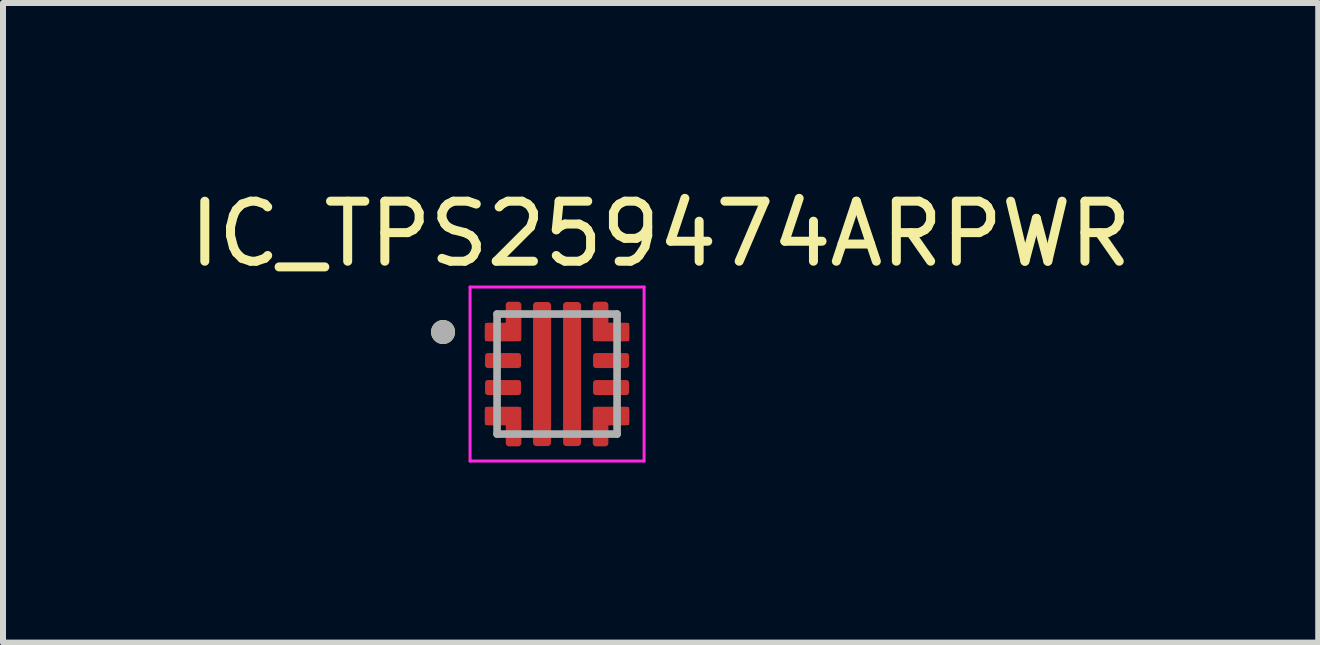
<source format=kicad_pcb>
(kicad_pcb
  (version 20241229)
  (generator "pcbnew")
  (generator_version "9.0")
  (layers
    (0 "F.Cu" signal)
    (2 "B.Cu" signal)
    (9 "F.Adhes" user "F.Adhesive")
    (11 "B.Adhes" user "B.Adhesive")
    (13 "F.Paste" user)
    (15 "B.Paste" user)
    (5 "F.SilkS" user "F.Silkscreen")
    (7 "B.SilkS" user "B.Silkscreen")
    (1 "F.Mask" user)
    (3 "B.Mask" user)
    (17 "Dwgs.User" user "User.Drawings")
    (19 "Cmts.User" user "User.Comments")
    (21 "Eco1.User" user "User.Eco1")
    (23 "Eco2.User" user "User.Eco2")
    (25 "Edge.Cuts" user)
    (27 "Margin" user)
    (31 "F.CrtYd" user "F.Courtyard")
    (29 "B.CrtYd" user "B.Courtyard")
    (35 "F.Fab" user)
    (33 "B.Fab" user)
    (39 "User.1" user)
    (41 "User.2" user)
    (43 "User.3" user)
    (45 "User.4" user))
  (footprint "IC_TPS259474ARPWR"
    (layer "F.Cu")
    (at 6.233 3.183)
    (property "Reference" "IC_TPS259474ARPWR" (at 1.725 -2.335 0) (layer "F.SilkS") (effects (font (size 1 1) (thickness 0.15))))
    (attr smd)
    (fp_poly (pts (xy -1.15 0.4) (xy -0.65 0.4) (xy -0.645 0.4) (xy -0.64 0.399) (xy -0.634 0.399) (xy -0.629 0.398) (xy -0.624 0.397) (xy -0.619 0.395) (xy -0.614 0.393) (xy -0.609 0.391) (xy -0.605 0.389) (xy -0.6 0.387) (xy -0.596 0.384) (xy -0.591 0.381) (xy -0.587 0.378) (xy -0.583 0.374) (xy -0.579 0.371) (xy -0.576 0.367) (xy -0.572 0.363) (xy -0.569 0.359) (xy -0.566 0.354) (xy -0.563 0.35) (xy -0.561 0.345) (xy -0.559 0.341) (xy -0.557 0.336) (xy -0.555 0.331) (xy -0.553 0.326) (xy -0.552 0.321) (xy -0.551 0.316) (xy -0.551 0.31) (xy -0.55 0.305) (xy -0.55 0.3) (xy -0.55 0.15) (xy -0.55 0.145) (xy -0.551 0.14) (xy -0.551 0.134) (xy -0.552 0.129) (xy -0.553 0.124) (xy -0.555 0.119) (xy -0.557 0.114) (xy -0.559 0.109) (xy -0.561 0.105) (xy -0.563 0.1) (xy -0.566 0.096) (xy -0.569 0.091) (xy -0.572 0.087) (xy -0.576 0.083) (xy -0.579 0.079) (xy -0.583 0.076) (xy -0.587 0.072) (xy -0.591 0.069) (xy -0.596 0.066) (xy -0.6 0.063) (xy -0.605 0.061) (xy -0.609 0.059) (xy -0.614 0.057) (xy -0.619 0.055) (xy -0.624 0.053) (xy -0.629 0.052) (xy -0.634 0.051) (xy -0.64 0.051) (xy -0.645 0.05) (xy -0.65 0.05) (xy -1.15 0.05) (xy -1.155 0.05) (xy -1.16 0.051) (xy -1.166 0.051) (xy -1.171 0.052) (xy -1.176 0.053) (xy -1.181 0.055) (xy -1.186 0.057) (xy -1.191 0.059) (xy -1.195 0.061) (xy -1.2 0.063) (xy -1.204 0.066) (xy -1.209 0.069) (xy -1.213 0.072) (xy -1.217 0.076) (xy -1.221 0.079) (xy -1.224 0.083) (xy -1.228 0.087) (xy -1.231 0.091) (xy -1.234 0.096) (xy -1.237 0.1) (xy -1.239 0.105) (xy -1.241 0.109) (xy -1.243 0.114) (xy -1.245 0.119) (xy -1.247 0.124) (xy -1.248 0.129) (xy -1.249 0.134) (xy -1.249 0.14) (xy -1.25 0.145) (xy -1.25 0.15) (xy -1.25 0.3) (xy -1.25 0.305) (xy -1.249 0.31) (xy -1.249 0.316) (xy -1.248 0.321) (xy -1.247 0.326) (xy -1.245 0.331) (xy -1.243 0.336) (xy -1.241 0.341) (xy -1.239 0.345) (xy -1.237 0.35) (xy -1.234 0.354) (xy -1.231 0.359) (xy -1.228 0.363) (xy -1.224 0.367) (xy -1.221 0.371) (xy -1.217 0.374) (xy -1.213 0.378) (xy -1.209 0.381) (xy -1.204 0.384) (xy -1.2 0.387) (xy -1.195 0.389) (xy -1.191 0.391) (xy -1.186 0.393) (xy -1.181 0.395) (xy -1.176 0.397) (xy -1.171 0.398) (xy -1.166 0.399) (xy -1.16 0.399) (xy -1.155 0.4) (xy -1.15 0.4)) (stroke (width 0.01) (type solid)) (fill yes) (layer "F.Mask"))
    (fp_poly (pts (xy -0.55 -0.15) (xy -0.55 -0.3) (xy -0.55 -0.305) (xy -0.551 -0.31) (xy -0.551 -0.316) (xy -0.552 -0.321) (xy -0.553 -0.326) (xy -0.555 -0.331) (xy -0.557 -0.336) (xy -0.559 -0.341) (xy -0.561 -0.345) (xy -0.563 -0.35) (xy -0.566 -0.354) (xy -0.569 -0.359) (xy -0.572 -0.363) (xy -0.576 -0.367) (xy -0.579 -0.371) (xy -0.583 -0.374) (xy -0.587 -0.378) (xy -0.591 -0.381) (xy -0.596 -0.384) (xy -0.6 -0.387) (xy -0.605 -0.389) (xy -0.609 -0.391) (xy -0.614 -0.393) (xy -0.619 -0.395) (xy -0.624 -0.397) (xy -0.629 -0.398) (xy -0.634 -0.399) (xy -0.64 -0.399) (xy -0.645 -0.4) (xy -0.65 -0.4) (xy -1.15 -0.4) (xy -1.155 -0.4) (xy -1.16 -0.399) (xy -1.166 -0.399) (xy -1.171 -0.398) (xy -1.176 -0.397) (xy -1.181 -0.395) (xy -1.186 -0.393) (xy -1.191 -0.391) (xy -1.195 -0.389) (xy -1.2 -0.387) (xy -1.204 -0.384) (xy -1.209 -0.381) (xy -1.213 -0.378) (xy -1.217 -0.374) (xy -1.221 -0.371) (xy -1.224 -0.367) (xy -1.228 -0.363) (xy -1.231 -0.359) (xy -1.234 -0.354) (xy -1.237 -0.35) (xy -1.239 -0.345) (xy -1.241 -0.341) (xy -1.243 -0.336) (xy -1.245 -0.331) (xy -1.247 -0.326) (xy -1.248 -0.321) (xy -1.249 -0.316) (xy -1.249 -0.31) (xy -1.25 -0.305) (xy -1.25 -0.3) (xy -1.25 -0.15) (xy -1.25 -0.145) (xy -1.249 -0.14) (xy -1.249 -0.134) (xy -1.248 -0.129) (xy -1.247 -0.124) (xy -1.245 -0.119) (xy -1.243 -0.114) (xy -1.241 -0.109) (xy -1.239 -0.105) (xy -1.237 -0.1) (xy -1.234 -0.096) (xy -1.231 -0.091) (xy -1.228 -0.087) (xy -1.224 -0.083) (xy -1.221 -0.079) (xy -1.217 -0.076) (xy -1.213 -0.072) (xy -1.209 -0.069) (xy -1.204 -0.066) (xy -1.2 -0.063) (xy -1.195 -0.061) (xy -1.191 -0.059) (xy -1.186 -0.057) (xy -1.181 -0.055) (xy -1.176 -0.053) (xy -1.171 -0.052) (xy -1.166 -0.051) (xy -1.16 -0.051) (xy -1.155 -0.05) (xy -1.15 -0.05) (xy -0.65 -0.05) (xy -0.645 -0.05) (xy -0.64 -0.051) (xy -0.634 -0.051) (xy -0.629 -0.052) (xy -0.624 -0.053) (xy -0.619 -0.055) (xy -0.614 -0.057) (xy -0.609 -0.059) (xy -0.605 -0.061) (xy -0.6 -0.063) (xy -0.596 -0.066) (xy -0.591 -0.069) (xy -0.587 -0.072) (xy -0.583 -0.076) (xy -0.579 -0.079) (xy -0.576 -0.083) (xy -0.572 -0.087) (xy -0.569 -0.091) (xy -0.566 -0.096) (xy -0.563 -0.1) (xy -0.561 -0.105) (xy -0.559 -0.109) (xy -0.557 -0.114) (xy -0.555 -0.119) (xy -0.553 -0.124) (xy -0.552 -0.129) (xy -0.551 -0.134) (xy -0.551 -0.14) (xy -0.55 -0.145) (xy -0.55 -0.15)) (stroke (width 0.01) (type solid)) (fill yes) (layer "F.Mask"))
    (fp_poly (pts (xy -0.45 -1.15) (xy -0.45 1.15) (xy -0.45 1.155) (xy -0.449 1.16) (xy -0.449 1.166) (xy -0.448 1.171) (xy -0.447 1.176) (xy -0.445 1.181) (xy -0.443 1.186) (xy -0.441 1.191) (xy -0.439 1.195) (xy -0.437 1.2) (xy -0.434 1.204) (xy -0.431 1.209) (xy -0.428 1.213) (xy -0.424 1.217) (xy -0.421 1.221) (xy -0.417 1.224) (xy -0.413 1.228) (xy -0.409 1.231) (xy -0.404 1.234) (xy -0.4 1.237) (xy -0.395 1.239) (xy -0.391 1.241) (xy -0.386 1.243) (xy -0.381 1.245) (xy -0.376 1.247) (xy -0.371 1.248) (xy -0.366 1.249) (xy -0.36 1.249) (xy -0.355 1.25) (xy -0.35 1.25) (xy -0.15 1.25) (xy -0.145 1.25) (xy -0.14 1.249) (xy -0.134 1.249) (xy -0.129 1.248) (xy -0.124 1.247) (xy -0.119 1.245) (xy -0.114 1.243) (xy -0.109 1.241) (xy -0.105 1.239) (xy -0.1 1.237) (xy -0.096 1.234) (xy -0.091 1.231) (xy -0.087 1.228) (xy -0.083 1.224) (xy -0.079 1.221) (xy -0.076 1.217) (xy -0.072 1.213) (xy -0.069 1.209) (xy -0.066 1.204) (xy -0.063 1.2) (xy -0.061 1.195) (xy -0.059 1.191) (xy -0.057 1.186) (xy -0.055 1.181) (xy -0.053 1.176) (xy -0.052 1.171) (xy -0.051 1.166) (xy -0.051 1.16) (xy -0.05 1.155) (xy -0.05 1.15) (xy -0.05 -1.15) (xy -0.05 -1.155) (xy -0.051 -1.16) (xy -0.051 -1.166) (xy -0.052 -1.171) (xy -0.053 -1.176) (xy -0.055 -1.181) (xy -0.057 -1.186) (xy -0.059 -1.191) (xy -0.061 -1.195) (xy -0.063 -1.2) (xy -0.066 -1.204) (xy -0.069 -1.209) (xy -0.072 -1.213) (xy -0.076 -1.217) (xy -0.079 -1.221) (xy -0.083 -1.224) (xy -0.087 -1.228) (xy -0.091 -1.231) (xy -0.096 -1.234) (xy -0.1 -1.237) (xy -0.105 -1.239) (xy -0.109 -1.241) (xy -0.114 -1.243) (xy -0.119 -1.245) (xy -0.124 -1.247) (xy -0.129 -1.248) (xy -0.134 -1.249) (xy -0.14 -1.249) (xy -0.145 -1.25) (xy -0.15 -1.25) (xy -0.35 -1.25) (xy -0.355 -1.25) (xy -0.36 -1.249) (xy -0.366 -1.249) (xy -0.371 -1.248) (xy -0.376 -1.247) (xy -0.381 -1.245) (xy -0.386 -1.243) (xy -0.391 -1.241) (xy -0.395 -1.239) (xy -0.4 -1.237) (xy -0.404 -1.234) (xy -0.409 -1.231) (xy -0.413 -1.228) (xy -0.417 -1.224) (xy -0.421 -1.221) (xy -0.424 -1.217) (xy -0.428 -1.213) (xy -0.431 -1.209) (xy -0.434 -1.204) (xy -0.437 -1.2) (xy -0.439 -1.195) (xy -0.441 -1.191) (xy -0.443 -1.186) (xy -0.445 -1.181) (xy -0.447 -1.176) (xy -0.448 -1.171) (xy -0.449 -1.166) (xy -0.449 -1.16) (xy -0.45 -1.155) (xy -0.45 -1.15)) (stroke (width 0.01) (type solid)) (fill yes) (layer "F.Mask"))
    (fp_poly (pts (xy 0.45 1.15) (xy 0.45 -1.15) (xy 0.45 -1.155) (xy 0.449 -1.16) (xy 0.449 -1.166) (xy 0.448 -1.171) (xy 0.447 -1.176) (xy 0.445 -1.181) (xy 0.443 -1.186) (xy 0.441 -1.191) (xy 0.439 -1.195) (xy 0.437 -1.2) (xy 0.434 -1.204) (xy 0.431 -1.209) (xy 0.428 -1.213) (xy 0.424 -1.217) (xy 0.421 -1.221) (xy 0.417 -1.224) (xy 0.413 -1.228) (xy 0.409 -1.231) (xy 0.404 -1.234) (xy 0.4 -1.237) (xy 0.395 -1.239) (xy 0.391 -1.241) (xy 0.386 -1.243) (xy 0.381 -1.245) (xy 0.376 -1.247) (xy 0.371 -1.248) (xy 0.366 -1.249) (xy 0.36 -1.249) (xy 0.355 -1.25) (xy 0.35 -1.25) (xy 0.15 -1.25) (xy 0.145 -1.25) (xy 0.14 -1.249) (xy 0.134 -1.249) (xy 0.129 -1.248) (xy 0.124 -1.247) (xy 0.119 -1.245) (xy 0.114 -1.243) (xy 0.109 -1.241) (xy 0.105 -1.239) (xy 0.1 -1.237) (xy 0.096 -1.234) (xy 0.091 -1.231) (xy 0.087 -1.228) (xy 0.083 -1.224) (xy 0.079 -1.221) (xy 0.076 -1.217) (xy 0.072 -1.213) (xy 0.069 -1.209) (xy 0.066 -1.204) (xy 0.063 -1.2) (xy 0.061 -1.195) (xy 0.059 -1.191) (xy 0.057 -1.186) (xy 0.055 -1.181) (xy 0.053 -1.176) (xy 0.052 -1.171) (xy 0.051 -1.166) (xy 0.051 -1.16) (xy 0.05 -1.155) (xy 0.05 -1.15) (xy 0.05 1.15) (xy 0.05 1.155) (xy 0.051 1.16) (xy 0.051 1.166) (xy 0.052 1.171) (xy 0.053 1.176) (xy 0.055 1.181) (xy 0.057 1.186) (xy 0.059 1.191) (xy 0.061 1.195) (xy 0.063 1.2) (xy 0.066 1.204) (xy 0.069 1.209) (xy 0.072 1.213) (xy 0.076 1.217) (xy 0.079 1.221) (xy 0.083 1.224) (xy 0.087 1.228) (xy 0.091 1.231) (xy 0.096 1.234) (xy 0.1 1.237) (xy 0.105 1.239) (xy 0.109 1.241) (xy 0.114 1.243) (xy 0.119 1.245) (xy 0.124 1.247) (xy 0.129 1.248) (xy 0.134 1.249) (xy 0.14 1.249) (xy 0.145 1.25) (xy 0.15 1.25) (xy 0.35 1.25) (xy 0.355 1.25) (xy 0.36 1.249) (xy 0.366 1.249) (xy 0.371 1.248) (xy 0.376 1.247) (xy 0.381 1.245) (xy 0.386 1.243) (xy 0.391 1.241) (xy 0.395 1.239) (xy 0.4 1.237) (xy 0.404 1.234) (xy 0.409 1.231) (xy 0.413 1.228) (xy 0.417 1.224) (xy 0.421 1.221) (xy 0.424 1.217) (xy 0.428 1.213) (xy 0.431 1.209) (xy 0.434 1.204) (xy 0.437 1.2) (xy 0.439 1.195) (xy 0.441 1.191) (xy 0.443 1.186) (xy 0.445 1.181) (xy 0.447 1.176) (xy 0.448 1.171) (xy 0.449 1.166) (xy 0.449 1.16) (xy 0.45 1.155) (xy 0.45 1.15)) (stroke (width 0.01) (type solid)) (fill yes) (layer "F.Mask"))
    (fp_poly (pts (xy 0.55 0.15) (xy 0.55 0.3) (xy 0.55 0.305) (xy 0.551 0.31) (xy 0.551 0.316) (xy 0.552 0.321) (xy 0.553 0.326) (xy 0.555 0.331) (xy 0.557 0.336) (xy 0.559 0.341) (xy 0.561 0.345) (xy 0.563 0.35) (xy 0.566 0.354) (xy 0.569 0.359) (xy 0.572 0.363) (xy 0.576 0.367) (xy 0.579 0.371) (xy 0.583 0.374) (xy 0.587 0.378) (xy 0.591 0.381) (xy 0.596 0.384) (xy 0.6 0.387) (xy 0.605 0.389) (xy 0.609 0.391) (xy 0.614 0.393) (xy 0.619 0.395) (xy 0.624 0.397) (xy 0.629 0.398) (xy 0.634 0.399) (xy 0.64 0.399) (xy 0.645 0.4) (xy 0.65 0.4) (xy 1.15 0.4) (xy 1.155 0.4) (xy 1.16 0.399) (xy 1.166 0.399) (xy 1.171 0.398) (xy 1.176 0.397) (xy 1.181 0.395) (xy 1.186 0.393) (xy 1.191 0.391) (xy 1.195 0.389) (xy 1.2 0.387) (xy 1.204 0.384) (xy 1.209 0.381) (xy 1.213 0.378) (xy 1.217 0.374) (xy 1.221 0.371) (xy 1.224 0.367) (xy 1.228 0.363) (xy 1.231 0.359) (xy 1.234 0.354) (xy 1.237 0.35) (xy 1.239 0.345) (xy 1.241 0.341) (xy 1.243 0.336) (xy 1.245 0.331) (xy 1.247 0.326) (xy 1.248 0.321) (xy 1.249 0.316) (xy 1.249 0.31) (xy 1.25 0.305) (xy 1.25 0.3) (xy 1.25 0.15) (xy 1.25 0.145) (xy 1.249 0.14) (xy 1.249 0.134) (xy 1.248 0.129) (xy 1.247 0.124) (xy 1.245 0.119) (xy 1.243 0.114) (xy 1.241 0.109) (xy 1.239 0.105) (xy 1.237 0.1) (xy 1.234 0.096) (xy 1.231 0.091) (xy 1.228 0.087) (xy 1.224 0.083) (xy 1.221 0.079) (xy 1.217 0.076) (xy 1.213 0.072) (xy 1.209 0.069) (xy 1.204 0.066) (xy 1.2 0.063) (xy 1.195 0.061) (xy 1.191 0.059) (xy 1.186 0.057) (xy 1.181 0.055) (xy 1.176 0.053) (xy 1.171 0.052) (xy 1.166 0.051) (xy 1.16 0.051) (xy 1.155 0.05) (xy 1.15 0.05) (xy 0.65 0.05) (xy 0.645 0.05) (xy 0.64 0.051) (xy 0.634 0.051) (xy 0.629 0.052) (xy 0.624 0.053) (xy 0.619 0.055) (xy 0.614 0.057) (xy 0.609 0.059) (xy 0.605 0.061) (xy 0.6 0.063) (xy 0.596 0.066) (xy 0.591 0.069) (xy 0.587 0.072) (xy 0.583 0.076) (xy 0.579 0.079) (xy 0.576 0.083) (xy 0.572 0.087) (xy 0.569 0.091) (xy 0.566 0.096) (xy 0.563 0.1) (xy 0.561 0.105) (xy 0.559 0.109) (xy 0.557 0.114) (xy 0.555 0.119) (xy 0.553 0.124) (xy 0.552 0.129) (xy 0.551 0.134) (xy 0.551 0.14) (xy 0.55 0.145) (xy 0.55 0.15)) (stroke (width 0.01) (type solid)) (fill yes) (layer "F.Mask"))
    (fp_poly (pts (xy 1.15 -0.4) (xy 0.65 -0.4) (xy 0.645 -0.4) (xy 0.64 -0.399) (xy 0.634 -0.399) (xy 0.629 -0.398) (xy 0.624 -0.397) (xy 0.619 -0.395) (xy 0.614 -0.393) (xy 0.609 -0.391) (xy 0.605 -0.389) (xy 0.6 -0.387) (xy 0.596 -0.384) (xy 0.591 -0.381) (xy 0.587 -0.378) (xy 0.583 -0.374) (xy 0.579 -0.371) (xy 0.576 -0.367) (xy 0.572 -0.363) (xy 0.569 -0.359) (xy 0.566 -0.354) (xy 0.563 -0.35) (xy 0.561 -0.345) (xy 0.559 -0.341) (xy 0.557 -0.336) (xy 0.555 -0.331) (xy 0.553 -0.326) (xy 0.552 -0.321) (xy 0.551 -0.316) (xy 0.551 -0.31) (xy 0.55 -0.305) (xy 0.55 -0.3) (xy 0.55 -0.15) (xy 0.55 -0.145) (xy 0.551 -0.14) (xy 0.551 -0.134) (xy 0.552 -0.129) (xy 0.553 -0.124) (xy 0.555 -0.119) (xy 0.557 -0.114) (xy 0.559 -0.109) (xy 0.561 -0.105) (xy 0.563 -0.1) (xy 0.566 -0.096) (xy 0.569 -0.091) (xy 0.572 -0.087) (xy 0.576 -0.083) (xy 0.579 -0.079) (xy 0.583 -0.076) (xy 0.587 -0.072) (xy 0.591 -0.069) (xy 0.596 -0.066) (xy 0.6 -0.063) (xy 0.605 -0.061) (xy 0.609 -0.059) (xy 0.614 -0.057) (xy 0.619 -0.055) (xy 0.624 -0.053) (xy 0.629 -0.052) (xy 0.634 -0.051) (xy 0.64 -0.051) (xy 0.645 -0.05) (xy 0.65 -0.05) (xy 1.15 -0.05) (xy 1.155 -0.05) (xy 1.16 -0.051) (xy 1.166 -0.051) (xy 1.171 -0.052) (xy 1.176 -0.053) (xy 1.181 -0.055) (xy 1.186 -0.057) (xy 1.191 -0.059) (xy 1.195 -0.061) (xy 1.2 -0.063) (xy 1.204 -0.066) (xy 1.209 -0.069) (xy 1.213 -0.072) (xy 1.217 -0.076) (xy 1.221 -0.079) (xy 1.224 -0.083) (xy 1.228 -0.087) (xy 1.231 -0.091) (xy 1.234 -0.096) (xy 1.237 -0.1) (xy 1.239 -0.105) (xy 1.241 -0.109) (xy 1.243 -0.114) (xy 1.245 -0.119) (xy 1.247 -0.124) (xy 1.248 -0.129) (xy 1.249 -0.134) (xy 1.249 -0.14) (xy 1.25 -0.145) (xy 1.25 -0.15) (xy 1.25 -0.3) (xy 1.25 -0.305) (xy 1.249 -0.31) (xy 1.249 -0.316) (xy 1.248 -0.321) (xy 1.247 -0.326) (xy 1.245 -0.331) (xy 1.243 -0.336) (xy 1.241 -0.341) (xy 1.239 -0.345) (xy 1.237 -0.35) (xy 1.234 -0.354) (xy 1.231 -0.359) (xy 1.228 -0.363) (xy 1.224 -0.367) (xy 1.221 -0.371) (xy 1.217 -0.374) (xy 1.213 -0.378) (xy 1.209 -0.381) (xy 1.204 -0.384) (xy 1.2 -0.387) (xy 1.195 -0.389) (xy 1.191 -0.391) (xy 1.186 -0.393) (xy 1.181 -0.395) (xy 1.176 -0.397) (xy 1.171 -0.398) (xy 1.166 -0.399) (xy 1.16 -0.399) (xy 1.155 -0.4) (xy 1.15 -0.4)) (stroke (width 0.01) (type solid)) (fill yes) (layer "F.Mask"))
    (fp_poly (pts (xy -0.9 -0.9) (xy -1.15 -0.9) (xy -1.155 -0.9) (xy -1.16 -0.899) (xy -1.166 -0.899) (xy -1.171 -0.898) (xy -1.176 -0.897) (xy -1.181 -0.895) (xy -1.186 -0.893) (xy -1.191 -0.891) (xy -1.195 -0.889) (xy -1.2 -0.887) (xy -1.204 -0.884) (xy -1.209 -0.881) (xy -1.213 -0.878) (xy -1.217 -0.874) (xy -1.221 -0.871) (xy -1.224 -0.867) (xy -1.228 -0.863) (xy -1.231 -0.859) (xy -1.234 -0.854) (xy -1.237 -0.85) (xy -1.239 -0.845) (xy -1.241 -0.841) (xy -1.243 -0.836) (xy -1.245 -0.831) (xy -1.247 -0.826) (xy -1.248 -0.821) (xy -1.249 -0.816) (xy -1.249 -0.81) (xy -1.25 -0.805) (xy -1.25 -0.8) (xy -1.25 -0.6) (xy -1.25 -0.595) (xy -1.249 -0.59) (xy -1.249 -0.584) (xy -1.248 -0.579) (xy -1.247 -0.574) (xy -1.245 -0.569) (xy -1.243 -0.564) (xy -1.241 -0.559) (xy -1.239 -0.555) (xy -1.237 -0.55) (xy -1.234 -0.546) (xy -1.231 -0.541) (xy -1.228 -0.537) (xy -1.224 -0.533) (xy -1.221 -0.529) (xy -1.217 -0.526) (xy -1.213 -0.522) (xy -1.209 -0.519) (xy -1.204 -0.516) (xy -1.2 -0.513) (xy -1.195 -0.511) (xy -1.191 -0.509) (xy -1.186 -0.507) (xy -1.181 -0.505) (xy -1.176 -0.503) (xy -1.171 -0.502) (xy -1.166 -0.501) (xy -1.16 -0.501) (xy -1.155 -0.5) (xy -1.15 -0.5) (xy -0.65 -0.5) (xy -0.645 -0.5) (xy -0.64 -0.501) (xy -0.634 -0.501) (xy -0.629 -0.502) (xy -0.624 -0.503) (xy -0.619 -0.505) (xy -0.614 -0.507) (xy -0.609 -0.509) (xy -0.605 -0.511) (xy -0.6 -0.513) (xy -0.596 -0.516) (xy -0.591 -0.519) (xy -0.587 -0.522) (xy -0.583 -0.526) (xy -0.579 -0.529) (xy -0.576 -0.533) (xy -0.572 -0.537) (xy -0.569 -0.541) (xy -0.566 -0.546) (xy -0.563 -0.55) (xy -0.561 -0.555) (xy -0.559 -0.559) (xy -0.557 -0.564) (xy -0.555 -0.569) (xy -0.553 -0.574) (xy -0.552 -0.579) (xy -0.551 -0.584) (xy -0.551 -0.59) (xy -0.55 -0.595) (xy -0.55 -0.6) (xy -0.55 -1.15) (xy -0.55 -1.155) (xy -0.551 -1.16) (xy -0.551 -1.166) (xy -0.552 -1.171) (xy -0.553 -1.176) (xy -0.555 -1.181) (xy -0.557 -1.186) (xy -0.559 -1.191) (xy -0.561 -1.195) (xy -0.563 -1.2) (xy -0.566 -1.204) (xy -0.569 -1.209) (xy -0.572 -1.213) (xy -0.576 -1.217) (xy -0.579 -1.221) (xy -0.583 -1.224) (xy -0.587 -1.228) (xy -0.591 -1.231) (xy -0.596 -1.234) (xy -0.6 -1.237) (xy -0.605 -1.239) (xy -0.609 -1.241) (xy -0.614 -1.243) (xy -0.619 -1.245) (xy -0.624 -1.247) (xy -0.629 -1.248) (xy -0.634 -1.249) (xy -0.64 -1.249) (xy -0.645 -1.25) (xy -0.65 -1.25) (xy -0.8 -1.25) (xy -0.805 -1.25) (xy -0.81 -1.249) (xy -0.816 -1.249) (xy -0.821 -1.248) (xy -0.826 -1.247) (xy -0.831 -1.245) (xy -0.836 -1.243) (xy -0.841 -1.241) (xy -0.845 -1.239) (xy -0.85 -1.237) (xy -0.854 -1.234) (xy -0.859 -1.231) (xy -0.863 -1.228) (xy -0.867 -1.224) (xy -0.871 -1.221) (xy -0.874 -1.217) (xy -0.878 -1.213) (xy -0.881 -1.209) (xy -0.884 -1.204) (xy -0.887 -1.2) (xy -0.889 -1.195) (xy -0.891 -1.191) (xy -0.893 -1.186) (xy -0.895 -1.181) (xy -0.897 -1.176) (xy -0.898 -1.171) (xy -0.899 -1.166) (xy -0.899 -1.16) (xy -0.9 -1.155) (xy -0.9 -1.15) (xy -0.9 -0.9)) (stroke (width 0.01) (type solid)) (fill yes) (layer "F.Mask"))
    (fp_poly (pts (xy -0.9 0.9) (xy -0.9 1.15) (xy -0.9 1.155) (xy -0.899 1.16) (xy -0.899 1.166) (xy -0.898 1.171) (xy -0.897 1.176) (xy -0.895 1.181) (xy -0.893 1.186) (xy -0.891 1.191) (xy -0.889 1.195) (xy -0.887 1.2) (xy -0.884 1.204) (xy -0.881 1.209) (xy -0.878 1.213) (xy -0.874 1.217) (xy -0.871 1.221) (xy -0.867 1.224) (xy -0.863 1.228) (xy -0.859 1.231) (xy -0.854 1.234) (xy -0.85 1.237) (xy -0.845 1.239) (xy -0.841 1.241) (xy -0.836 1.243) (xy -0.831 1.245) (xy -0.826 1.247) (xy -0.821 1.248) (xy -0.816 1.249) (xy -0.81 1.249) (xy -0.805 1.25) (xy -0.8 1.25) (xy -0.65 1.25) (xy -0.645 1.25) (xy -0.64 1.249) (xy -0.634 1.249) (xy -0.629 1.248) (xy -0.624 1.247) (xy -0.619 1.245) (xy -0.614 1.243) (xy -0.609 1.241) (xy -0.605 1.239) (xy -0.6 1.237) (xy -0.596 1.234) (xy -0.591 1.231) (xy -0.587 1.228) (xy -0.583 1.224) (xy -0.579 1.221) (xy -0.576 1.217) (xy -0.572 1.213) (xy -0.569 1.209) (xy -0.566 1.204) (xy -0.563 1.2) (xy -0.561 1.195) (xy -0.559 1.191) (xy -0.557 1.186) (xy -0.555 1.181) (xy -0.553 1.176) (xy -0.552 1.171) (xy -0.551 1.166) (xy -0.551 1.16) (xy -0.55 1.155) (xy -0.55 1.15) (xy -0.55 0.6) (xy -0.55 0.595) (xy -0.551 0.59) (xy -0.551 0.584) (xy -0.552 0.579) (xy -0.553 0.574) (xy -0.555 0.569) (xy -0.557 0.564) (xy -0.559 0.559) (xy -0.561 0.555) (xy -0.563 0.55) (xy -0.566 0.546) (xy -0.569 0.541) (xy -0.572 0.537) (xy -0.576 0.533) (xy -0.579 0.529) (xy -0.583 0.526) (xy -0.587 0.522) (xy -0.591 0.519) (xy -0.596 0.516) (xy -0.6 0.513) (xy -0.605 0.511) (xy -0.609 0.509) (xy -0.614 0.507) (xy -0.619 0.505) (xy -0.624 0.503) (xy -0.629 0.502) (xy -0.634 0.501) (xy -0.64 0.501) (xy -0.645 0.5) (xy -0.65 0.5) (xy -1.15 0.5) (xy -1.155 0.5) (xy -1.16 0.501) (xy -1.166 0.501) (xy -1.171 0.502) (xy -1.176 0.503) (xy -1.181 0.505) (xy -1.186 0.507) (xy -1.191 0.509) (xy -1.195 0.511) (xy -1.2 0.513) (xy -1.204 0.516) (xy -1.209 0.519) (xy -1.213 0.522) (xy -1.217 0.526) (xy -1.221 0.529) (xy -1.224 0.533) (xy -1.228 0.537) (xy -1.231 0.541) (xy -1.234 0.546) (xy -1.237 0.55) (xy -1.239 0.555) (xy -1.241 0.559) (xy -1.243 0.564) (xy -1.245 0.569) (xy -1.247 0.574) (xy -1.248 0.579) (xy -1.249 0.584) (xy -1.249 0.59) (xy -1.25 0.595) (xy -1.25 0.6) (xy -1.25 0.8) (xy -1.25 0.805) (xy -1.249 0.81) (xy -1.249 0.816) (xy -1.248 0.821) (xy -1.247 0.826) (xy -1.245 0.831) (xy -1.243 0.836) (xy -1.241 0.841) (xy -1.239 0.845) (xy -1.237 0.85) (xy -1.234 0.854) (xy -1.231 0.859) (xy -1.228 0.863) (xy -1.224 0.867) (xy -1.221 0.871) (xy -1.217 0.874) (xy -1.213 0.878) (xy -1.209 0.881) (xy -1.204 0.884) (xy -1.2 0.887) (xy -1.195 0.889) (xy -1.191 0.891) (xy -1.186 0.893) (xy -1.181 0.895) (xy -1.176 0.897) (xy -1.171 0.898) (xy -1.166 0.899) (xy -1.16 0.899) (xy -1.155 0.9) (xy -1.15 0.9) (xy -0.9 0.9)) (stroke (width 0.01) (type solid)) (fill yes) (layer "F.Mask"))
    (fp_poly (pts (xy 0.9 -0.9) (xy 0.9 -1.15) (xy 0.9 -1.155) (xy 0.899 -1.16) (xy 0.899 -1.166) (xy 0.898 -1.171) (xy 0.897 -1.176) (xy 0.895 -1.181) (xy 0.893 -1.186) (xy 0.891 -1.191) (xy 0.889 -1.195) (xy 0.887 -1.2) (xy 0.884 -1.204) (xy 0.881 -1.209) (xy 0.878 -1.213) (xy 0.874 -1.217) (xy 0.871 -1.221) (xy 0.867 -1.224) (xy 0.863 -1.228) (xy 0.859 -1.231) (xy 0.854 -1.234) (xy 0.85 -1.237) (xy 0.845 -1.239) (xy 0.841 -1.241) (xy 0.836 -1.243) (xy 0.831 -1.245) (xy 0.826 -1.247) (xy 0.821 -1.248) (xy 0.816 -1.249) (xy 0.81 -1.249) (xy 0.805 -1.25) (xy 0.8 -1.25) (xy 0.65 -1.25) (xy 0.645 -1.25) (xy 0.64 -1.249) (xy 0.634 -1.249) (xy 0.629 -1.248) (xy 0.624 -1.247) (xy 0.619 -1.245) (xy 0.614 -1.243) (xy 0.609 -1.241) (xy 0.605 -1.239) (xy 0.6 -1.237) (xy 0.596 -1.234) (xy 0.591 -1.231) (xy 0.587 -1.228) (xy 0.583 -1.224) (xy 0.579 -1.221) (xy 0.576 -1.217) (xy 0.572 -1.213) (xy 0.569 -1.209) (xy 0.566 -1.204) (xy 0.563 -1.2) (xy 0.561 -1.195) (xy 0.559 -1.191) (xy 0.557 -1.186) (xy 0.555 -1.181) (xy 0.553 -1.176) (xy 0.552 -1.171) (xy 0.551 -1.166) (xy 0.551 -1.16) (xy 0.55 -1.155) (xy 0.55 -1.15) (xy 0.55 -0.6) (xy 0.55 -0.595) (xy 0.551 -0.59) (xy 0.551 -0.584) (xy 0.552 -0.579) (xy 0.553 -0.574) (xy 0.555 -0.569) (xy 0.557 -0.564) (xy 0.559 -0.559) (xy 0.561 -0.555) (xy 0.563 -0.55) (xy 0.566 -0.546) (xy 0.569 -0.541) (xy 0.572 -0.537) (xy 0.576 -0.533) (xy 0.579 -0.529) (xy 0.583 -0.526) (xy 0.587 -0.522) (xy 0.591 -0.519) (xy 0.596 -0.516) (xy 0.6 -0.513) (xy 0.605 -0.511) (xy 0.609 -0.509) (xy 0.614 -0.507) (xy 0.619 -0.505) (xy 0.624 -0.503) (xy 0.629 -0.502) (xy 0.634 -0.501) (xy 0.64 -0.501) (xy 0.645 -0.5) (xy 0.65 -0.5) (xy 1.15 -0.5) (xy 1.155 -0.5) (xy 1.16 -0.501) (xy 1.166 -0.501) (xy 1.171 -0.502) (xy 1.176 -0.503) (xy 1.181 -0.505) (xy 1.186 -0.507) (xy 1.191 -0.509) (xy 1.195 -0.511) (xy 1.2 -0.513) (xy 1.204 -0.516) (xy 1.209 -0.519) (xy 1.213 -0.522) (xy 1.217 -0.526) (xy 1.221 -0.529) (xy 1.224 -0.533) (xy 1.228 -0.537) (xy 1.231 -0.541) (xy 1.234 -0.546) (xy 1.237 -0.55) (xy 1.239 -0.555) (xy 1.241 -0.559) (xy 1.243 -0.564) (xy 1.245 -0.569) (xy 1.247 -0.574) (xy 1.248 -0.579) (xy 1.249 -0.584) (xy 1.249 -0.59) (xy 1.25 -0.595) (xy 1.25 -0.6) (xy 1.25 -0.8) (xy 1.25 -0.805) (xy 1.249 -0.81) (xy 1.249 -0.816) (xy 1.248 -0.821) (xy 1.247 -0.826) (xy 1.245 -0.831) (xy 1.243 -0.836) (xy 1.241 -0.841) (xy 1.239 -0.845) (xy 1.237 -0.85) (xy 1.234 -0.854) (xy 1.231 -0.859) (xy 1.228 -0.863) (xy 1.224 -0.867) (xy 1.221 -0.871) (xy 1.217 -0.874) (xy 1.213 -0.878) (xy 1.209 -0.881) (xy 1.204 -0.884) (xy 1.2 -0.887) (xy 1.195 -0.889) (xy 1.191 -0.891) (xy 1.186 -0.893) (xy 1.181 -0.895) (xy 1.176 -0.897) (xy 1.171 -0.898) (xy 1.166 -0.899) (xy 1.16 -0.899) (xy 1.155 -0.9) (xy 1.15 -0.9) (xy 0.9 -0.9)) (stroke (width 0.01) (type solid)) (fill yes) (layer "F.Mask"))
    (fp_poly (pts (xy 0.9 0.9) (xy 1.15 0.9) (xy 1.155 0.9) (xy 1.16 0.899) (xy 1.166 0.899) (xy 1.171 0.898) (xy 1.176 0.897) (xy 1.181 0.895) (xy 1.186 0.893) (xy 1.191 0.891) (xy 1.195 0.889) (xy 1.2 0.887) (xy 1.204 0.884) (xy 1.209 0.881) (xy 1.213 0.878) (xy 1.217 0.874) (xy 1.221 0.871) (xy 1.224 0.867) (xy 1.228 0.863) (xy 1.231 0.859) (xy 1.234 0.854) (xy 1.237 0.85) (xy 1.239 0.845) (xy 1.241 0.841) (xy 1.243 0.836) (xy 1.245 0.831) (xy 1.247 0.826) (xy 1.248 0.821) (xy 1.249 0.816) (xy 1.249 0.81) (xy 1.25 0.805) (xy 1.25 0.8) (xy 1.25 0.6) (xy 1.25 0.595) (xy 1.249 0.59) (xy 1.249 0.584) (xy 1.248 0.579) (xy 1.247 0.574) (xy 1.245 0.569) (xy 1.243 0.564) (xy 1.241 0.559) (xy 1.239 0.555) (xy 1.237 0.55) (xy 1.234 0.546) (xy 1.231 0.541) (xy 1.228 0.537) (xy 1.224 0.533) (xy 1.221 0.529) (xy 1.217 0.526) (xy 1.213 0.522) (xy 1.209 0.519) (xy 1.204 0.516) (xy 1.2 0.513) (xy 1.195 0.511) (xy 1.191 0.509) (xy 1.186 0.507) (xy 1.181 0.505) (xy 1.176 0.503) (xy 1.171 0.502) (xy 1.166 0.501) (xy 1.16 0.501) (xy 1.155 0.5) (xy 1.15 0.5) (xy 0.65 0.5) (xy 0.645 0.5) (xy 0.64 0.501) (xy 0.634 0.501) (xy 0.629 0.502) (xy 0.624 0.503) (xy 0.619 0.505) (xy 0.614 0.507) (xy 0.609 0.509) (xy 0.605 0.511) (xy 0.6 0.513) (xy 0.596 0.516) (xy 0.591 0.519) (xy 0.587 0.522) (xy 0.583 0.526) (xy 0.579 0.529) (xy 0.576 0.533) (xy 0.572 0.537) (xy 0.569 0.541) (xy 0.566 0.546) (xy 0.563 0.55) (xy 0.561 0.555) (xy 0.559 0.559) (xy 0.557 0.564) (xy 0.555 0.569) (xy 0.553 0.574) (xy 0.552 0.579) (xy 0.551 0.584) (xy 0.551 0.59) (xy 0.55 0.595) (xy 0.55 0.6) (xy 0.55 1.15) (xy 0.55 1.155) (xy 0.551 1.16) (xy 0.551 1.166) (xy 0.552 1.171) (xy 0.553 1.176) (xy 0.555 1.181) (xy 0.557 1.186) (xy 0.559 1.191) (xy 0.561 1.195) (xy 0.563 1.2) (xy 0.566 1.204) (xy 0.569 1.209) (xy 0.572 1.213) (xy 0.576 1.217) (xy 0.579 1.221) (xy 0.583 1.224) (xy 0.587 1.228) (xy 0.591 1.231) (xy 0.596 1.234) (xy 0.6 1.237) (xy 0.605 1.239) (xy 0.609 1.241) (xy 0.614 1.243) (xy 0.619 1.245) (xy 0.624 1.247) (xy 0.629 1.248) (xy 0.634 1.249) (xy 0.64 1.249) (xy 0.645 1.25) (xy 0.65 1.25) (xy 0.8 1.25) (xy 0.805 1.25) (xy 0.81 1.249) (xy 0.816 1.249) (xy 0.821 1.248) (xy 0.826 1.247) (xy 0.831 1.245) (xy 0.836 1.243) (xy 0.841 1.241) (xy 0.845 1.239) (xy 0.85 1.237) (xy 0.854 1.234) (xy 0.859 1.231) (xy 0.863 1.228) (xy 0.867 1.224) (xy 0.871 1.221) (xy 0.874 1.217) (xy 0.878 1.213) (xy 0.881 1.209) (xy 0.884 1.204) (xy 0.887 1.2) (xy 0.889 1.195) (xy 0.891 1.191) (xy 0.893 1.186) (xy 0.895 1.181) (xy 0.897 1.176) (xy 0.898 1.171) (xy 0.899 1.166) (xy 0.899 1.16) (xy 0.9 1.155) (xy 0.9 1.15) (xy 0.9 0.9)) (stroke (width 0.01) (type solid)) (fill yes) (layer "F.Mask"))
    (fp_circle (center -1.9 -0.7) (end -1.8 -0.7) (stroke (width 0.2) (type solid)) (fill no) (layer "F.SilkS"))
    (fp_poly (pts (xy -0.39 -0.15) (xy -0.39 -1.11) (xy -0.39 -1.113) (xy -0.39 -1.115) (xy -0.389 -1.118) (xy -0.389 -1.12) (xy -0.388 -1.123) (xy -0.388 -1.125) (xy -0.387 -1.128) (xy -0.386 -1.13) (xy -0.385 -1.133) (xy -0.383 -1.135) (xy -0.382 -1.137) (xy -0.38 -1.139) (xy -0.379 -1.141) (xy -0.377 -1.143) (xy -0.375 -1.145) (xy -0.373 -1.147) (xy -0.371 -1.149) (xy -0.369 -1.15) (xy -0.367 -1.152) (xy -0.365 -1.153) (xy -0.363 -1.155) (xy -0.36 -1.156) (xy -0.358 -1.157) (xy -0.355 -1.158) (xy -0.353 -1.158) (xy -0.35 -1.159) (xy -0.348 -1.159) (xy -0.345 -1.16) (xy -0.343 -1.16) (xy -0.34 -1.16) (xy -0.16 -1.16) (xy -0.157 -1.16) (xy -0.155 -1.16) (xy -0.152 -1.159) (xy -0.15 -1.159) (xy -0.147 -1.158) (xy -0.145 -1.158) (xy -0.142 -1.157) (xy -0.14 -1.156) (xy -0.137 -1.155) (xy -0.135 -1.153) (xy -0.133 -1.152) (xy -0.131 -1.15) (xy -0.129 -1.149) (xy -0.127 -1.147) (xy -0.125 -1.145) (xy -0.123 -1.143) (xy -0.121 -1.141) (xy -0.12 -1.139) (xy -0.118 -1.137) (xy -0.117 -1.135) (xy -0.115 -1.133) (xy -0.114 -1.13) (xy -0.113 -1.128) (xy -0.112 -1.125) (xy -0.112 -1.123) (xy -0.111 -1.12) (xy -0.111 -1.118) (xy -0.11 -1.115) (xy -0.11 -1.113) (xy -0.11 -1.11) (xy -0.11 -0.15) (xy -0.11 -0.147) (xy -0.11 -0.145) (xy -0.111 -0.142) (xy -0.111 -0.14) (xy -0.112 -0.137) (xy -0.112 -0.135) (xy -0.113 -0.132) (xy -0.114 -0.13) (xy -0.115 -0.127) (xy -0.117 -0.125) (xy -0.118 -0.123) (xy -0.12 -0.121) (xy -0.121 -0.119) (xy -0.123 -0.117) (xy -0.125 -0.115) (xy -0.127 -0.113) (xy -0.129 -0.111) (xy -0.131 -0.11) (xy -0.133 -0.108) (xy -0.135 -0.107) (xy -0.137 -0.105) (xy -0.14 -0.104) (xy -0.142 -0.103) (xy -0.145 -0.102) (xy -0.147 -0.102) (xy -0.15 -0.101) (xy -0.152 -0.101) (xy -0.155 -0.1) (xy -0.157 -0.1) (xy -0.16 -0.1) (xy -0.34 -0.1) (xy -0.343 -0.1) (xy -0.345 -0.1) (xy -0.348 -0.101) (xy -0.35 -0.101) (xy -0.353 -0.102) (xy -0.355 -0.102) (xy -0.358 -0.103) (xy -0.36 -0.104) (xy -0.363 -0.105) (xy -0.365 -0.107) (xy -0.367 -0.108) (xy -0.369 -0.11) (xy -0.371 -0.111) (xy -0.373 -0.113) (xy -0.375 -0.115) (xy -0.377 -0.117) (xy -0.379 -0.119) (xy -0.38 -0.121) (xy -0.382 -0.123) (xy -0.383 -0.125) (xy -0.385 -0.127) (xy -0.386 -0.13) (xy -0.387 -0.132) (xy -0.388 -0.135) (xy -0.388 -0.137) (xy -0.389 -0.14) (xy -0.389 -0.142) (xy -0.39 -0.145) (xy -0.39 -0.147) (xy -0.39 -0.15)) (stroke (width 0.01) (type solid)) (fill yes) (layer "F.Paste"))
    (fp_poly (pts (xy -0.39 1.11) (xy -0.39 0.15) (xy -0.39 0.147) (xy -0.39 0.145) (xy -0.389 0.142) (xy -0.389 0.14) (xy -0.388 0.137) (xy -0.388 0.135) (xy -0.387 0.132) (xy -0.386 0.13) (xy -0.385 0.127) (xy -0.383 0.125) (xy -0.382 0.123) (xy -0.38 0.121) (xy -0.379 0.119) (xy -0.377 0.117) (xy -0.375 0.115) (xy -0.373 0.113) (xy -0.371 0.111) (xy -0.369 0.11) (xy -0.367 0.108) (xy -0.365 0.107) (xy -0.363 0.105) (xy -0.36 0.104) (xy -0.358 0.103) (xy -0.355 0.102) (xy -0.353 0.102) (xy -0.35 0.101) (xy -0.348 0.101) (xy -0.345 0.1) (xy -0.343 0.1) (xy -0.34 0.1) (xy -0.16 0.1) (xy -0.157 0.1) (xy -0.155 0.1) (xy -0.152 0.101) (xy -0.15 0.101) (xy -0.147 0.102) (xy -0.145 0.102) (xy -0.142 0.103) (xy -0.14 0.104) (xy -0.137 0.105) (xy -0.135 0.107) (xy -0.133 0.108) (xy -0.131 0.11) (xy -0.129 0.111) (xy -0.127 0.113) (xy -0.125 0.115) (xy -0.123 0.117) (xy -0.121 0.119) (xy -0.12 0.121) (xy -0.118 0.123) (xy -0.117 0.125) (xy -0.115 0.127) (xy -0.114 0.13) (xy -0.113 0.132) (xy -0.112 0.135) (xy -0.112 0.137) (xy -0.111 0.14) (xy -0.111 0.142) (xy -0.11 0.145) (xy -0.11 0.147) (xy -0.11 0.15) (xy -0.11 1.11) (xy -0.11 1.113) (xy -0.11 1.115) (xy -0.111 1.118) (xy -0.111 1.12) (xy -0.112 1.123) (xy -0.112 1.125) (xy -0.113 1.128) (xy -0.114 1.13) (xy -0.115 1.133) (xy -0.117 1.135) (xy -0.118 1.137) (xy -0.12 1.139) (xy -0.121 1.141) (xy -0.123 1.143) (xy -0.125 1.145) (xy -0.127 1.147) (xy -0.129 1.149) (xy -0.131 1.15) (xy -0.133 1.152) (xy -0.135 1.153) (xy -0.137 1.155) (xy -0.14 1.156) (xy -0.142 1.157) (xy -0.145 1.158) (xy -0.147 1.158) (xy -0.15 1.159) (xy -0.152 1.159) (xy -0.155 1.16) (xy -0.157 1.16) (xy -0.16 1.16) (xy -0.34 1.16) (xy -0.343 1.16) (xy -0.345 1.16) (xy -0.348 1.159) (xy -0.35 1.159) (xy -0.353 1.158) (xy -0.355 1.158) (xy -0.358 1.157) (xy -0.36 1.156) (xy -0.363 1.155) (xy -0.365 1.153) (xy -0.367 1.152) (xy -0.369 1.15) (xy -0.371 1.149) (xy -0.373 1.147) (xy -0.375 1.145) (xy -0.377 1.143) (xy -0.379 1.141) (xy -0.38 1.139) (xy -0.382 1.137) (xy -0.383 1.135) (xy -0.385 1.133) (xy -0.386 1.13) (xy -0.387 1.128) (xy -0.388 1.125) (xy -0.388 1.123) (xy -0.389 1.12) (xy -0.389 1.118) (xy -0.39 1.115) (xy -0.39 1.113) (xy -0.39 1.11)) (stroke (width 0.01) (type solid)) (fill yes) (layer "F.Paste"))
    (fp_poly (pts (xy 0.39 -1.11) (xy 0.39 -0.15) (xy 0.39 -0.147) (xy 0.39 -0.145) (xy 0.389 -0.142) (xy 0.389 -0.14) (xy 0.388 -0.137) (xy 0.388 -0.135) (xy 0.387 -0.132) (xy 0.386 -0.13) (xy 0.385 -0.127) (xy 0.383 -0.125) (xy 0.382 -0.123) (xy 0.38 -0.121) (xy 0.379 -0.119) (xy 0.377 -0.117) (xy 0.375 -0.115) (xy 0.373 -0.113) (xy 0.371 -0.111) (xy 0.369 -0.11) (xy 0.367 -0.108) (xy 0.365 -0.107) (xy 0.363 -0.105) (xy 0.36 -0.104) (xy 0.358 -0.103) (xy 0.355 -0.102) (xy 0.353 -0.102) (xy 0.35 -0.101) (xy 0.348 -0.101) (xy 0.345 -0.1) (xy 0.343 -0.1) (xy 0.34 -0.1) (xy 0.16 -0.1) (xy 0.157 -0.1) (xy 0.155 -0.1) (xy 0.152 -0.101) (xy 0.15 -0.101) (xy 0.147 -0.102) (xy 0.145 -0.102) (xy 0.142 -0.103) (xy 0.14 -0.104) (xy 0.137 -0.105) (xy 0.135 -0.107) (xy 0.133 -0.108) (xy 0.131 -0.11) (xy 0.129 -0.111) (xy 0.127 -0.113) (xy 0.125 -0.115) (xy 0.123 -0.117) (xy 0.121 -0.119) (xy 0.12 -0.121) (xy 0.118 -0.123) (xy 0.117 -0.125) (xy 0.115 -0.127) (xy 0.114 -0.13) (xy 0.113 -0.132) (xy 0.112 -0.135) (xy 0.112 -0.137) (xy 0.111 -0.14) (xy 0.111 -0.142) (xy 0.11 -0.145) (xy 0.11 -0.147) (xy 0.11 -0.15) (xy 0.11 -1.11) (xy 0.11 -1.113) (xy 0.11 -1.115) (xy 0.111 -1.118) (xy 0.111 -1.12) (xy 0.112 -1.123) (xy 0.112 -1.125) (xy 0.113 -1.128) (xy 0.114 -1.13) (xy 0.115 -1.133) (xy 0.117 -1.135) (xy 0.118 -1.137) (xy 0.12 -1.139) (xy 0.121 -1.141) (xy 0.123 -1.143) (xy 0.125 -1.145) (xy 0.127 -1.147) (xy 0.129 -1.149) (xy 0.131 -1.15) (xy 0.133 -1.152) (xy 0.135 -1.153) (xy 0.137 -1.155) (xy 0.14 -1.156) (xy 0.142 -1.157) (xy 0.145 -1.158) (xy 0.147 -1.158) (xy 0.15 -1.159) (xy 0.152 -1.159) (xy 0.155 -1.16) (xy 0.157 -1.16) (xy 0.16 -1.16) (xy 0.34 -1.16) (xy 0.343 -1.16) (xy 0.345 -1.16) (xy 0.348 -1.159) (xy 0.35 -1.159) (xy 0.353 -1.158) (xy 0.355 -1.158) (xy 0.358 -1.157) (xy 0.36 -1.156) (xy 0.363 -1.155) (xy 0.365 -1.153) (xy 0.367 -1.152) (xy 0.369 -1.15) (xy 0.371 -1.149) (xy 0.373 -1.147) (xy 0.375 -1.145) (xy 0.377 -1.143) (xy 0.379 -1.141) (xy 0.38 -1.139) (xy 0.382 -1.137) (xy 0.383 -1.135) (xy 0.385 -1.133) (xy 0.386 -1.13) (xy 0.387 -1.128) (xy 0.388 -1.125) (xy 0.388 -1.123) (xy 0.389 -1.12) (xy 0.389 -1.118) (xy 0.39 -1.115) (xy 0.39 -1.113) (xy 0.39 -1.11)) (stroke (width 0.01) (type solid)) (fill yes) (layer "F.Paste"))
    (fp_poly (pts (xy 0.39 0.15) (xy 0.39 1.11) (xy 0.39 1.113) (xy 0.39 1.115) (xy 0.389 1.118) (xy 0.389 1.12) (xy 0.388 1.123) (xy 0.388 1.125) (xy 0.387 1.128) (xy 0.386 1.13) (xy 0.385 1.133) (xy 0.383 1.135) (xy 0.382 1.137) (xy 0.38 1.139) (xy 0.379 1.141) (xy 0.377 1.143) (xy 0.375 1.145) (xy 0.373 1.147) (xy 0.371 1.149) (xy 0.369 1.15) (xy 0.367 1.152) (xy 0.365 1.153) (xy 0.363 1.155) (xy 0.36 1.156) (xy 0.358 1.157) (xy 0.355 1.158) (xy 0.353 1.158) (xy 0.35 1.159) (xy 0.348 1.159) (xy 0.345 1.16) (xy 0.343 1.16) (xy 0.34 1.16) (xy 0.16 1.16) (xy 0.157 1.16) (xy 0.155 1.16) (xy 0.152 1.159) (xy 0.15 1.159) (xy 0.147 1.158) (xy 0.145 1.158) (xy 0.142 1.157) (xy 0.14 1.156) (xy 0.137 1.155) (xy 0.135 1.153) (xy 0.133 1.152) (xy 0.131 1.15) (xy 0.129 1.149) (xy 0.127 1.147) (xy 0.125 1.145) (xy 0.123 1.143) (xy 0.121 1.141) (xy 0.12 1.139) (xy 0.118 1.137) (xy 0.117 1.135) (xy 0.115 1.133) (xy 0.114 1.13) (xy 0.113 1.128) (xy 0.112 1.125) (xy 0.112 1.123) (xy 0.111 1.12) (xy 0.111 1.118) (xy 0.11 1.115) (xy 0.11 1.113) (xy 0.11 1.11) (xy 0.11 0.15) (xy 0.11 0.147) (xy 0.11 0.145) (xy 0.111 0.142) (xy 0.111 0.14) (xy 0.112 0.137) (xy 0.112 0.135) (xy 0.113 0.132) (xy 0.114 0.13) (xy 0.115 0.127) (xy 0.117 0.125) (xy 0.118 0.123) (xy 0.12 0.121) (xy 0.121 0.119) (xy 0.123 0.117) (xy 0.125 0.115) (xy 0.127 0.113) (xy 0.129 0.111) (xy 0.131 0.11) (xy 0.133 0.108) (xy 0.135 0.107) (xy 0.137 0.105) (xy 0.14 0.104) (xy 0.142 0.103) (xy 0.145 0.102) (xy 0.147 0.102) (xy 0.15 0.101) (xy 0.152 0.101) (xy 0.155 0.1) (xy 0.157 0.1) (xy 0.16 0.1) (xy 0.34 0.1) (xy 0.343 0.1) (xy 0.345 0.1) (xy 0.348 0.101) (xy 0.35 0.101) (xy 0.353 0.102) (xy 0.355 0.102) (xy 0.358 0.103) (xy 0.36 0.104) (xy 0.363 0.105) (xy 0.365 0.107) (xy 0.367 0.108) (xy 0.369 0.11) (xy 0.371 0.111) (xy 0.373 0.113) (xy 0.375 0.115) (xy 0.377 0.117) (xy 0.379 0.119) (xy 0.38 0.121) (xy 0.382 0.123) (xy 0.383 0.125) (xy 0.385 0.127) (xy 0.386 0.13) (xy 0.387 0.132) (xy 0.388 0.135) (xy 0.388 0.137) (xy 0.389 0.14) (xy 0.389 0.142) (xy 0.39 0.145) (xy 0.39 0.147) (xy 0.39 0.15)) (stroke (width 0.01) (type solid)) (fill yes) (layer "F.Paste"))
    (fp_poly (pts (xy -0.825 -0.825) (xy -1.15 -0.825) (xy -1.153 -0.825) (xy -1.155 -0.825) (xy -1.158 -0.824) (xy -1.16 -0.824) (xy -1.163 -0.823) (xy -1.165 -0.823) (xy -1.168 -0.822) (xy -1.17 -0.821) (xy -1.173 -0.82) (xy -1.175 -0.818) (xy -1.177 -0.817) (xy -1.179 -0.815) (xy -1.181 -0.814) (xy -1.183 -0.812) (xy -1.185 -0.81) (xy -1.187 -0.808) (xy -1.189 -0.806) (xy -1.19 -0.804) (xy -1.192 -0.802) (xy -1.193 -0.8) (xy -1.195 -0.798) (xy -1.196 -0.795) (xy -1.197 -0.793) (xy -1.198 -0.79) (xy -1.198 -0.788) (xy -1.199 -0.785) (xy -1.199 -0.783) (xy -1.2 -0.78) (xy -1.2 -0.778) (xy -1.2 -0.775) (xy -1.2 -0.6) (xy -1.2 -0.597) (xy -1.2 -0.595) (xy -1.199 -0.592) (xy -1.199 -0.59) (xy -1.198 -0.587) (xy -1.198 -0.585) (xy -1.197 -0.582) (xy -1.196 -0.58) (xy -1.195 -0.577) (xy -1.193 -0.575) (xy -1.192 -0.573) (xy -1.19 -0.571) (xy -1.189 -0.569) (xy -1.187 -0.567) (xy -1.185 -0.565) (xy -1.183 -0.563) (xy -1.181 -0.561) (xy -1.179 -0.56) (xy -1.177 -0.558) (xy -1.175 -0.557) (xy -1.173 -0.555) (xy -1.17 -0.554) (xy -1.168 -0.553) (xy -1.165 -0.552) (xy -1.163 -0.552) (xy -1.16 -0.551) (xy -1.158 -0.551) (xy -1.155 -0.55) (xy -1.153 -0.55) (xy -1.15 -0.55) (xy -0.65 -0.55) (xy -0.647 -0.55) (xy -0.645 -0.55) (xy -0.642 -0.551) (xy -0.64 -0.551) (xy -0.637 -0.552) (xy -0.635 -0.552) (xy -0.632 -0.553) (xy -0.63 -0.554) (xy -0.627 -0.555) (xy -0.625 -0.557) (xy -0.623 -0.558) (xy -0.621 -0.56) (xy -0.619 -0.561) (xy -0.617 -0.563) (xy -0.615 -0.565) (xy -0.613 -0.567) (xy -0.611 -0.569) (xy -0.61 -0.571) (xy -0.608 -0.573) (xy -0.607 -0.575) (xy -0.605 -0.577) (xy -0.604 -0.58) (xy -0.603 -0.582) (xy -0.602 -0.585) (xy -0.602 -0.587) (xy -0.601 -0.59) (xy -0.601 -0.592) (xy -0.6 -0.595) (xy -0.6 -0.597) (xy -0.6 -0.6) (xy -0.6 -1.15) (xy -0.6 -1.153) (xy -0.6 -1.155) (xy -0.601 -1.158) (xy -0.601 -1.16) (xy -0.602 -1.163) (xy -0.602 -1.165) (xy -0.603 -1.168) (xy -0.604 -1.17) (xy -0.605 -1.173) (xy -0.607 -1.175) (xy -0.608 -1.177) (xy -0.61 -1.179) (xy -0.611 -1.181) (xy -0.613 -1.183) (xy -0.615 -1.185) (xy -0.617 -1.187) (xy -0.619 -1.189) (xy -0.621 -1.19) (xy -0.623 -1.192) (xy -0.625 -1.193) (xy -0.627 -1.195) (xy -0.63 -1.196) (xy -0.632 -1.197) (xy -0.635 -1.198) (xy -0.637 -1.198) (xy -0.64 -1.199) (xy -0.642 -1.199) (xy -0.645 -1.2) (xy -0.647 -1.2) (xy -0.65 -1.2) (xy -0.775 -1.2) (xy -0.778 -1.2) (xy -0.78 -1.2) (xy -0.783 -1.199) (xy -0.785 -1.199) (xy -0.788 -1.198) (xy -0.79 -1.198) (xy -0.793 -1.197) (xy -0.795 -1.196) (xy -0.798 -1.195) (xy -0.8 -1.193) (xy -0.802 -1.192) (xy -0.804 -1.19) (xy -0.806 -1.189) (xy -0.808 -1.187) (xy -0.81 -1.185) (xy -0.812 -1.183) (xy -0.814 -1.181) (xy -0.815 -1.179) (xy -0.817 -1.177) (xy -0.818 -1.175) (xy -0.82 -1.173) (xy -0.821 -1.17) (xy -0.822 -1.168) (xy -0.823 -1.165) (xy -0.823 -1.163) (xy -0.824 -1.16) (xy -0.824 -1.158) (xy -0.825 -1.155) (xy -0.825 -1.153) (xy -0.825 -1.15) (xy -0.825 -0.825)) (stroke (width 0.01) (type solid)) (fill yes) (layer "F.Paste"))
    (fp_poly (pts (xy -0.825 0.825) (xy -1.15 0.825) (xy -1.153 0.825) (xy -1.155 0.825) (xy -1.158 0.824) (xy -1.16 0.824) (xy -1.163 0.823) (xy -1.165 0.823) (xy -1.168 0.822) (xy -1.17 0.821) (xy -1.173 0.82) (xy -1.175 0.818) (xy -1.177 0.817) (xy -1.179 0.815) (xy -1.181 0.814) (xy -1.183 0.812) (xy -1.185 0.81) (xy -1.187 0.808) (xy -1.189 0.806) (xy -1.19 0.804) (xy -1.192 0.802) (xy -1.193 0.8) (xy -1.195 0.798) (xy -1.196 0.795) (xy -1.197 0.793) (xy -1.198 0.79) (xy -1.198 0.788) (xy -1.199 0.785) (xy -1.199 0.783) (xy -1.2 0.78) (xy -1.2 0.778) (xy -1.2 0.775) (xy -1.2 0.6) (xy -1.2 0.597) (xy -1.2 0.595) (xy -1.199 0.592) (xy -1.199 0.59) (xy -1.198 0.587) (xy -1.198 0.585) (xy -1.197 0.582) (xy -1.196 0.58) (xy -1.195 0.577) (xy -1.193 0.575) (xy -1.192 0.573) (xy -1.19 0.571) (xy -1.189 0.569) (xy -1.187 0.567) (xy -1.185 0.565) (xy -1.183 0.563) (xy -1.181 0.561) (xy -1.179 0.56) (xy -1.177 0.558) (xy -1.175 0.557) (xy -1.173 0.555) (xy -1.17 0.554) (xy -1.168 0.553) (xy -1.165 0.552) (xy -1.163 0.552) (xy -1.16 0.551) (xy -1.158 0.551) (xy -1.155 0.55) (xy -1.153 0.55) (xy -1.15 0.55) (xy -0.65 0.55) (xy -0.647 0.55) (xy -0.645 0.55) (xy -0.642 0.551) (xy -0.64 0.551) (xy -0.637 0.552) (xy -0.635 0.552) (xy -0.632 0.553) (xy -0.63 0.554) (xy -0.627 0.555) (xy -0.625 0.557) (xy -0.623 0.558) (xy -0.621 0.56) (xy -0.619 0.561) (xy -0.617 0.563) (xy -0.615 0.565) (xy -0.613 0.567) (xy -0.611 0.569) (xy -0.61 0.571) (xy -0.608 0.573) (xy -0.607 0.575) (xy -0.605 0.577) (xy -0.604 0.58) (xy -0.603 0.582) (xy -0.602 0.585) (xy -0.602 0.587) (xy -0.601 0.59) (xy -0.601 0.592) (xy -0.6 0.595) (xy -0.6 0.597) (xy -0.6 0.6) (xy -0.6 1.15) (xy -0.6 1.153) (xy -0.6 1.155) (xy -0.601 1.158) (xy -0.601 1.16) (xy -0.602 1.163) (xy -0.602 1.165) (xy -0.603 1.168) (xy -0.604 1.17) (xy -0.605 1.173) (xy -0.607 1.175) (xy -0.608 1.177) (xy -0.61 1.179) (xy -0.611 1.181) (xy -0.613 1.183) (xy -0.615 1.185) (xy -0.617 1.187) (xy -0.619 1.189) (xy -0.621 1.19) (xy -0.623 1.192) (xy -0.625 1.193) (xy -0.627 1.195) (xy -0.63 1.196) (xy -0.632 1.197) (xy -0.635 1.198) (xy -0.637 1.198) (xy -0.64 1.199) (xy -0.642 1.199) (xy -0.645 1.2) (xy -0.647 1.2) (xy -0.65 1.2) (xy -0.775 1.2) (xy -0.778 1.2) (xy -0.78 1.2) (xy -0.783 1.199) (xy -0.785 1.199) (xy -0.788 1.198) (xy -0.79 1.198) (xy -0.793 1.197) (xy -0.795 1.196) (xy -0.798 1.195) (xy -0.8 1.193) (xy -0.802 1.192) (xy -0.804 1.19) (xy -0.806 1.189) (xy -0.808 1.187) (xy -0.81 1.185) (xy -0.812 1.183) (xy -0.814 1.181) (xy -0.815 1.179) (xy -0.817 1.177) (xy -0.818 1.175) (xy -0.82 1.173) (xy -0.821 1.17) (xy -0.822 1.168) (xy -0.823 1.165) (xy -0.823 1.163) (xy -0.824 1.16) (xy -0.824 1.158) (xy -0.825 1.155) (xy -0.825 1.153) (xy -0.825 1.15) (xy -0.825 0.825)) (stroke (width 0.01) (type solid)) (fill yes) (layer "F.Paste"))
    (fp_poly (pts (xy 0.825 -0.825) (xy 1.15 -0.825) (xy 1.153 -0.825) (xy 1.155 -0.825) (xy 1.158 -0.824) (xy 1.16 -0.824) (xy 1.163 -0.823) (xy 1.165 -0.823) (xy 1.168 -0.822) (xy 1.17 -0.821) (xy 1.173 -0.82) (xy 1.175 -0.818) (xy 1.177 -0.817) (xy 1.179 -0.815) (xy 1.181 -0.814) (xy 1.183 -0.812) (xy 1.185 -0.81) (xy 1.187 -0.808) (xy 1.189 -0.806) (xy 1.19 -0.804) (xy 1.192 -0.802) (xy 1.193 -0.8) (xy 1.195 -0.798) (xy 1.196 -0.795) (xy 1.197 -0.793) (xy 1.198 -0.79) (xy 1.198 -0.788) (xy 1.199 -0.785) (xy 1.199 -0.783) (xy 1.2 -0.78) (xy 1.2 -0.778) (xy 1.2 -0.775) (xy 1.2 -0.6) (xy 1.2 -0.597) (xy 1.2 -0.595) (xy 1.199 -0.592) (xy 1.199 -0.59) (xy 1.198 -0.587) (xy 1.198 -0.585) (xy 1.197 -0.582) (xy 1.196 -0.58) (xy 1.195 -0.577) (xy 1.193 -0.575) (xy 1.192 -0.573) (xy 1.19 -0.571) (xy 1.189 -0.569) (xy 1.187 -0.567) (xy 1.185 -0.565) (xy 1.183 -0.563) (xy 1.181 -0.561) (xy 1.179 -0.56) (xy 1.177 -0.558) (xy 1.175 -0.557) (xy 1.173 -0.555) (xy 1.17 -0.554) (xy 1.168 -0.553) (xy 1.165 -0.552) (xy 1.163 -0.552) (xy 1.16 -0.551) (xy 1.158 -0.551) (xy 1.155 -0.55) (xy 1.153 -0.55) (xy 1.15 -0.55) (xy 0.65 -0.55) (xy 0.647 -0.55) (xy 0.645 -0.55) (xy 0.642 -0.551) (xy 0.64 -0.551) (xy 0.637 -0.552) (xy 0.635 -0.552) (xy 0.632 -0.553) (xy 0.63 -0.554) (xy 0.627 -0.555) (xy 0.625 -0.557) (xy 0.623 -0.558) (xy 0.621 -0.56) (xy 0.619 -0.561) (xy 0.617 -0.563) (xy 0.615 -0.565) (xy 0.613 -0.567) (xy 0.611 -0.569) (xy 0.61 -0.571) (xy 0.608 -0.573) (xy 0.607 -0.575) (xy 0.605 -0.577) (xy 0.604 -0.58) (xy 0.603 -0.582) (xy 0.602 -0.585) (xy 0.602 -0.587) (xy 0.601 -0.59) (xy 0.601 -0.592) (xy 0.6 -0.595) (xy 0.6 -0.597) (xy 0.6 -0.6) (xy 0.6 -1.15) (xy 0.6 -1.153) (xy 0.6 -1.155) (xy 0.601 -1.158) (xy 0.601 -1.16) (xy 0.602 -1.163) (xy 0.602 -1.165) (xy 0.603 -1.168) (xy 0.604 -1.17) (xy 0.605 -1.173) (xy 0.607 -1.175) (xy 0.608 -1.177) (xy 0.61 -1.179) (xy 0.611 -1.181) (xy 0.613 -1.183) (xy 0.615 -1.185) (xy 0.617 -1.187) (xy 0.619 -1.189) (xy 0.621 -1.19) (xy 0.623 -1.192) (xy 0.625 -1.193) (xy 0.627 -1.195) (xy 0.63 -1.196) (xy 0.632 -1.197) (xy 0.635 -1.198) (xy 0.637 -1.198) (xy 0.64 -1.199) (xy 0.642 -1.199) (xy 0.645 -1.2) (xy 0.647 -1.2) (xy 0.65 -1.2) (xy 0.775 -1.2) (xy 0.778 -1.2) (xy 0.78 -1.2) (xy 0.783 -1.199) (xy 0.785 -1.199) (xy 0.788 -1.198) (xy 0.79 -1.198) (xy 0.793 -1.197) (xy 0.795 -1.196) (xy 0.798 -1.195) (xy 0.8 -1.193) (xy 0.802 -1.192) (xy 0.804 -1.19) (xy 0.806 -1.189) (xy 0.808 -1.187) (xy 0.81 -1.185) (xy 0.812 -1.183) (xy 0.814 -1.181) (xy 0.815 -1.179) (xy 0.817 -1.177) (xy 0.818 -1.175) (xy 0.82 -1.173) (xy 0.821 -1.17) (xy 0.822 -1.168) (xy 0.823 -1.165) (xy 0.823 -1.163) (xy 0.824 -1.16) (xy 0.824 -1.158) (xy 0.825 -1.155) (xy 0.825 -1.153) (xy 0.825 -1.15) (xy 0.825 -0.825)) (stroke (width 0.01) (type solid)) (fill yes) (layer "F.Paste"))
    (fp_poly (pts (xy 0.825 0.825) (xy 1.15 0.825) (xy 1.153 0.825) (xy 1.155 0.825) (xy 1.158 0.824) (xy 1.16 0.824) (xy 1.163 0.823) (xy 1.165 0.823) (xy 1.168 0.822) (xy 1.17 0.821) (xy 1.173 0.82) (xy 1.175 0.818) (xy 1.177 0.817) (xy 1.179 0.815) (xy 1.181 0.814) (xy 1.183 0.812) (xy 1.185 0.81) (xy 1.187 0.808) (xy 1.189 0.806) (xy 1.19 0.804) (xy 1.192 0.802) (xy 1.193 0.8) (xy 1.195 0.798) (xy 1.196 0.795) (xy 1.197 0.793) (xy 1.198 0.79) (xy 1.198 0.788) (xy 1.199 0.785) (xy 1.199 0.783) (xy 1.2 0.78) (xy 1.2 0.778) (xy 1.2 0.775) (xy 1.2 0.6) (xy 1.2 0.597) (xy 1.2 0.595) (xy 1.199 0.592) (xy 1.199 0.59) (xy 1.198 0.587) (xy 1.198 0.585) (xy 1.197 0.582) (xy 1.196 0.58) (xy 1.195 0.577) (xy 1.193 0.575) (xy 1.192 0.573) (xy 1.19 0.571) (xy 1.189 0.569) (xy 1.187 0.567) (xy 1.185 0.565) (xy 1.183 0.563) (xy 1.181 0.561) (xy 1.179 0.56) (xy 1.177 0.558) (xy 1.175 0.557) (xy 1.173 0.555) (xy 1.17 0.554) (xy 1.168 0.553) (xy 1.165 0.552) (xy 1.163 0.552) (xy 1.16 0.551) (xy 1.158 0.551) (xy 1.155 0.55) (xy 1.153 0.55) (xy 1.15 0.55) (xy 0.65 0.55) (xy 0.647 0.55) (xy 0.645 0.55) (xy 0.642 0.551) (xy 0.64 0.551) (xy 0.637 0.552) (xy 0.635 0.552) (xy 0.632 0.553) (xy 0.63 0.554) (xy 0.627 0.555) (xy 0.625 0.557) (xy 0.623 0.558) (xy 0.621 0.56) (xy 0.619 0.561) (xy 0.617 0.563) (xy 0.615 0.565) (xy 0.613 0.567) (xy 0.611 0.569) (xy 0.61 0.571) (xy 0.608 0.573) (xy 0.607 0.575) (xy 0.605 0.577) (xy 0.604 0.58) (xy 0.603 0.582) (xy 0.602 0.585) (xy 0.602 0.587) (xy 0.601 0.59) (xy 0.601 0.592) (xy 0.6 0.595) (xy 0.6 0.597) (xy 0.6 0.6) (xy 0.6 1.15) (xy 0.6 1.153) (xy 0.6 1.155) (xy 0.601 1.158) (xy 0.601 1.16) (xy 0.602 1.163) (xy 0.602 1.165) (xy 0.603 1.168) (xy 0.604 1.17) (xy 0.605 1.173) (xy 0.607 1.175) (xy 0.608 1.177) (xy 0.61 1.179) (xy 0.611 1.181) (xy 0.613 1.183) (xy 0.615 1.185) (xy 0.617 1.187) (xy 0.619 1.189) (xy 0.621 1.19) (xy 0.623 1.192) (xy 0.625 1.193) (xy 0.627 1.195) (xy 0.63 1.196) (xy 0.632 1.197) (xy 0.635 1.198) (xy 0.637 1.198) (xy 0.64 1.199) (xy 0.642 1.199) (xy 0.645 1.2) (xy 0.647 1.2) (xy 0.65 1.2) (xy 0.775 1.2) (xy 0.778 1.2) (xy 0.78 1.2) (xy 0.783 1.199) (xy 0.785 1.199) (xy 0.788 1.198) (xy 0.79 1.198) (xy 0.793 1.197) (xy 0.795 1.196) (xy 0.798 1.195) (xy 0.8 1.193) (xy 0.802 1.192) (xy 0.804 1.19) (xy 0.806 1.189) (xy 0.808 1.187) (xy 0.81 1.185) (xy 0.812 1.183) (xy 0.814 1.181) (xy 0.815 1.179) (xy 0.817 1.177) (xy 0.818 1.175) (xy 0.82 1.173) (xy 0.821 1.17) (xy 0.822 1.168) (xy 0.823 1.165) (xy 0.823 1.163) (xy 0.824 1.16) (xy 0.824 1.158) (xy 0.825 1.155) (xy 0.825 1.153) (xy 0.825 1.15) (xy 0.825 0.825)) (stroke (width 0.01) (type solid)) (fill yes) (layer "F.Paste"))
    (fp_line (start -1.45 -1.45) (end -1.45 1.45) (stroke (width 0.05) (type solid)) (layer "F.CrtYd"))
    (fp_line (start -1.45 1.45) (end 1.45 1.45) (stroke (width 0.05) (type solid)) (layer "F.CrtYd"))
    (fp_line (start 1.45 -1.45) (end -1.45 -1.45) (stroke (width 0.05) (type solid)) (layer "F.CrtYd"))
    (fp_line (start 1.45 1.45) (end 1.45 -1.45) (stroke (width 0.05) (type solid)) (layer "F.CrtYd"))
    (fp_line (start -1 -1) (end -1 1) (stroke (width 0.127) (type solid)) (layer "F.Fab"))
    (fp_line (start -1 1) (end 1 1) (stroke (width 0.127) (type solid)) (layer "F.Fab"))
    (fp_line (start 1 -1) (end -1 -1) (stroke (width 0.127) (type solid)) (layer "F.Fab"))
    (fp_line (start 1 1) (end 1 -1) (stroke (width 0.127) (type solid)) (layer "F.Fab"))
    (fp_circle (center -1.9 -0.7) (end -1.8 -0.7) (stroke (width 0.2) (type solid)) (fill no) (layer "F.Fab"))
    (pad "1" smd custom (at -0.9 -0.7) (size 0.6 0.3) (layers "F.Cu") (options (anchor rect)) (primitives (gr_poly (pts (xy 0.1 -0.5) (xy 0.25 -0.5) (xy 0.253 -0.5) (xy 0.255 -0.5) (xy 0.258 -0.499) (xy 0.26 -0.499) (xy 0.263 -0.498) (xy 0.265 -0.498) (xy 0.268 -0.497) (xy 0.27 -0.496) (xy 0.273 -0.495) (xy 0.275 -0.493) (xy 0.277 -0.492) (xy 0.279 -0.49) (xy 0.281 -0.489) (xy 0.283 -0.487) (xy 0.285 -0.485) (xy 0.287 -0.483) (xy 0.289 -0.481) (xy 0.29 -0.479) (xy 0.292 -0.477) (xy 0.293 -0.475) (xy 0.295 -0.473) (xy 0.296 -0.47) (xy 0.297 -0.468) (xy 0.298 -0.465) (xy 0.298 -0.463) (xy 0.299 -0.46) (xy 0.299 -0.458) (xy 0.3 -0.455) (xy 0.3 -0.453) (xy 0.3 -0.45) (xy 0.3 0.1) (xy 0.3 0.103) (xy 0.3 0.105) (xy 0.299 0.108) (xy 0.299 0.11) (xy 0.298 0.113) (xy 0.298 0.115) (xy 0.297 0.118) (xy 0.296 0.12) (xy 0.295 0.123) (xy 0.293 0.125) (xy 0.292 0.127) (xy 0.29 0.129) (xy 0.289 0.131) (xy 0.287 0.133) (xy 0.285 0.135) (xy 0.283 0.137) (xy 0.281 0.139) (xy 0.279 0.14) (xy 0.277 0.142) (xy 0.275 0.143) (xy 0.273 0.145) (xy 0.27 0.146) (xy 0.268 0.147) (xy 0.265 0.148) (xy 0.263 0.148) (xy 0.26 0.149) (xy 0.258 0.149) (xy 0.255 0.15) (xy 0.253 0.15) (xy 0.25 0.15) (xy -0.25 0.15) (xy -0.253 0.15) (xy -0.255 0.15) (xy -0.258 0.149) (xy -0.26 0.149) (xy -0.263 0.148) (xy -0.265 0.148) (xy -0.268 0.147) (xy -0.27 0.146) (xy -0.273 0.145) (xy -0.275 0.143) (xy -0.277 0.142) (xy -0.279 0.14) (xy -0.281 0.139) (xy -0.283 0.137) (xy -0.285 0.135) (xy -0.287 0.133) (xy -0.289 0.131) (xy -0.29 0.129) (xy -0.292 0.127) (xy -0.293 0.125) (xy -0.295 0.123) (xy -0.296 0.12) (xy -0.297 0.118) (xy -0.298 0.115) (xy -0.298 0.113) (xy -0.299 0.11) (xy -0.299 0.108) (xy -0.3 0.105) (xy -0.3 0.103) (xy -0.3 0.1) (xy -0.3 -0.1) (xy -0.3 -0.103) (xy -0.3 -0.105) (xy -0.299 -0.108) (xy -0.299 -0.11) (xy -0.298 -0.113) (xy -0.298 -0.115) (xy -0.297 -0.118) (xy -0.296 -0.12) (xy -0.295 -0.123) (xy -0.293 -0.125) (xy -0.292 -0.127) (xy -0.29 -0.129) (xy -0.289 -0.131) (xy -0.287 -0.133) (xy -0.285 -0.135) (xy -0.283 -0.137) (xy -0.281 -0.139) (xy -0.279 -0.14) (xy -0.277 -0.142) (xy -0.275 -0.143) (xy -0.273 -0.145) (xy -0.27 -0.146) (xy -0.268 -0.147) (xy -0.265 -0.148) (xy -0.263 -0.148) (xy -0.26 -0.149) (xy -0.258 -0.149) (xy -0.255 -0.15) (xy -0.253 -0.15) (xy -0.25 -0.15) (xy 0.05 -0.15) (xy 0.05 -0.45) (xy 0.05 -0.453) (xy 0.05 -0.455) (xy 0.051 -0.458) (xy 0.051 -0.46) (xy 0.052 -0.463) (xy 0.052 -0.465) (xy 0.053 -0.468) (xy 0.054 -0.47) (xy 0.055 -0.473) (xy 0.057 -0.475) (xy 0.058 -0.477) (xy 0.06 -0.479) (xy 0.061 -0.481) (xy 0.063 -0.483) (xy 0.065 -0.485) (xy 0.067 -0.487) (xy 0.069 -0.489) (xy 0.071 -0.49) (xy 0.073 -0.492) (xy 0.075 -0.493) (xy 0.077 -0.495) (xy 0.08 -0.496) (xy 0.082 -0.497) (xy 0.085 -0.498) (xy 0.087 -0.498) (xy 0.09 -0.499) (xy 0.092 -0.499) (xy 0.095 -0.5) (xy 0.097 -0.5) (xy 0.1 -0.5)) (width 0.01) (fill yes))))
    (pad "2" smd roundrect (at -0.9 -0.225) (size 0.6 0.25) (layers "F.Cu" "F.Paste") (roundrect_rratio 0.185))
    (pad "3" smd roundrect (at -0.9 0.225) (size 0.6 0.25) (layers "F.Cu" "F.Paste") (roundrect_rratio 0.185))
    (pad "4" smd custom (at -0.9 0.7) (size 0.6 0.3) (layers "F.Cu") (options (anchor rect)) (primitives (gr_poly (pts (xy 0.1 0.5) (xy 0.25 0.5) (xy 0.253 0.5) (xy 0.255 0.5) (xy 0.258 0.499) (xy 0.26 0.499) (xy 0.263 0.498) (xy 0.265 0.498) (xy 0.268 0.497) (xy 0.27 0.496) (xy 0.273 0.495) (xy 0.275 0.493) (xy 0.277 0.492) (xy 0.279 0.49) (xy 0.281 0.489) (xy 0.283 0.487) (xy 0.285 0.485) (xy 0.287 0.483) (xy 0.289 0.481) (xy 0.29 0.479) (xy 0.292 0.477) (xy 0.293 0.475) (xy 0.295 0.473) (xy 0.296 0.47) (xy 0.297 0.468) (xy 0.298 0.465) (xy 0.298 0.463) (xy 0.299 0.46) (xy 0.299 0.458) (xy 0.3 0.455) (xy 0.3 0.453) (xy 0.3 0.45) (xy 0.3 -0.1) (xy 0.3 -0.103) (xy 0.3 -0.105) (xy 0.299 -0.108) (xy 0.299 -0.11) (xy 0.298 -0.113) (xy 0.298 -0.115) (xy 0.297 -0.118) (xy 0.296 -0.12) (xy 0.295 -0.123) (xy 0.293 -0.125) (xy 0.292 -0.127) (xy 0.29 -0.129) (xy 0.289 -0.131) (xy 0.287 -0.133) (xy 0.285 -0.135) (xy 0.283 -0.137) (xy 0.281 -0.139) (xy 0.279 -0.14) (xy 0.277 -0.142) (xy 0.275 -0.143) (xy 0.273 -0.145) (xy 0.27 -0.146) (xy 0.268 -0.147) (xy 0.265 -0.148) (xy 0.263 -0.148) (xy 0.26 -0.149) (xy 0.258 -0.149) (xy 0.255 -0.15) (xy 0.253 -0.15) (xy 0.25 -0.15) (xy -0.25 -0.15) (xy -0.253 -0.15) (xy -0.255 -0.15) (xy -0.258 -0.149) (xy -0.26 -0.149) (xy -0.263 -0.148) (xy -0.265 -0.148) (xy -0.268 -0.147) (xy -0.27 -0.146) (xy -0.273 -0.145) (xy -0.275 -0.143) (xy -0.277 -0.142) (xy -0.279 -0.14) (xy -0.281 -0.139) (xy -0.283 -0.137) (xy -0.285 -0.135) (xy -0.287 -0.133) (xy -0.289 -0.131) (xy -0.29 -0.129) (xy -0.292 -0.127) (xy -0.293 -0.125) (xy -0.295 -0.123) (xy -0.296 -0.12) (xy -0.297 -0.118) (xy -0.298 -0.115) (xy -0.298 -0.113) (xy -0.299 -0.11) (xy -0.299 -0.108) (xy -0.3 -0.105) (xy -0.3 -0.103) (xy -0.3 -0.1) (xy -0.3 0.1) (xy -0.3 0.103) (xy -0.3 0.105) (xy -0.299 0.108) (xy -0.299 0.11) (xy -0.298 0.113) (xy -0.298 0.115) (xy -0.297 0.118) (xy -0.296 0.12) (xy -0.295 0.123) (xy -0.293 0.125) (xy -0.292 0.127) (xy -0.29 0.129) (xy -0.289 0.131) (xy -0.287 0.133) (xy -0.285 0.135) (xy -0.283 0.137) (xy -0.281 0.139) (xy -0.279 0.14) (xy -0.277 0.142) (xy -0.275 0.143) (xy -0.273 0.145) (xy -0.27 0.146) (xy -0.268 0.147) (xy -0.265 0.148) (xy -0.263 0.148) (xy -0.26 0.149) (xy -0.258 0.149) (xy -0.255 0.15) (xy -0.253 0.15) (xy -0.25 0.15) (xy 0.05 0.15) (xy 0.05 0.45) (xy 0.05 0.453) (xy 0.05 0.455) (xy 0.051 0.458) (xy 0.051 0.46) (xy 0.052 0.463) (xy 0.052 0.465) (xy 0.053 0.468) (xy 0.054 0.47) (xy 0.055 0.473) (xy 0.057 0.475) (xy 0.058 0.477) (xy 0.06 0.479) (xy 0.061 0.481) (xy 0.063 0.483) (xy 0.065 0.485) (xy 0.067 0.487) (xy 0.069 0.489) (xy 0.071 0.49) (xy 0.073 0.492) (xy 0.075 0.493) (xy 0.077 0.495) (xy 0.08 0.496) (xy 0.082 0.497) (xy 0.085 0.498) (xy 0.087 0.498) (xy 0.09 0.499) (xy 0.092 0.499) (xy 0.095 0.5) (xy 0.097 0.5) (xy 0.1 0.5)) (width 0.01) (fill yes))))
    (pad "5" smd roundrect (at -0.25 0) (size 0.3 2.4) (layers "F.Cu") (roundrect_rratio 0.185))
    (pad "6" smd roundrect (at 0.25 0) (size 0.3 2.4) (layers "F.Cu") (roundrect_rratio 0.185))
    (pad "7" smd custom (at 0.9 0.7) (size 0.6 0.3) (layers "F.Cu") (options (anchor rect)) (primitives (gr_poly (pts (xy -0.1 0.5) (xy -0.25 0.5) (xy -0.253 0.5) (xy -0.255 0.5) (xy -0.258 0.499) (xy -0.26 0.499) (xy -0.263 0.498) (xy -0.265 0.498) (xy -0.268 0.497) (xy -0.27 0.496) (xy -0.273 0.495) (xy -0.275 0.493) (xy -0.277 0.492) (xy -0.279 0.49) (xy -0.281 0.489) (xy -0.283 0.487) (xy -0.285 0.485) (xy -0.287 0.483) (xy -0.289 0.481) (xy -0.29 0.479) (xy -0.292 0.477) (xy -0.293 0.475) (xy -0.295 0.473) (xy -0.296 0.47) (xy -0.297 0.468) (xy -0.298 0.465) (xy -0.298 0.463) (xy -0.299 0.46) (xy -0.299 0.458) (xy -0.3 0.455) (xy -0.3 0.453) (xy -0.3 0.45) (xy -0.3 -0.1) (xy -0.3 -0.103) (xy -0.3 -0.105) (xy -0.299 -0.108) (xy -0.299 -0.11) (xy -0.298 -0.113) (xy -0.298 -0.115) (xy -0.297 -0.118) (xy -0.296 -0.12) (xy -0.295 -0.123) (xy -0.293 -0.125) (xy -0.292 -0.127) (xy -0.29 -0.129) (xy -0.289 -0.131) (xy -0.287 -0.133) (xy -0.285 -0.135) (xy -0.283 -0.137) (xy -0.281 -0.139) (xy -0.279 -0.14) (xy -0.277 -0.142) (xy -0.275 -0.143) (xy -0.273 -0.145) (xy -0.27 -0.146) (xy -0.268 -0.147) (xy -0.265 -0.148) (xy -0.263 -0.148) (xy -0.26 -0.149) (xy -0.258 -0.149) (xy -0.255 -0.15) (xy -0.253 -0.15) (xy -0.25 -0.15) (xy 0.25 -0.15) (xy 0.253 -0.15) (xy 0.255 -0.15) (xy 0.258 -0.149) (xy 0.26 -0.149) (xy 0.263 -0.148) (xy 0.265 -0.148) (xy 0.268 -0.147) (xy 0.27 -0.146) (xy 0.273 -0.145) (xy 0.275 -0.143) (xy 0.277 -0.142) (xy 0.279 -0.14) (xy 0.281 -0.139) (xy 0.283 -0.137) (xy 0.285 -0.135) (xy 0.287 -0.133) (xy 0.289 -0.131) (xy 0.29 -0.129) (xy 0.292 -0.127) (xy 0.293 -0.125) (xy 0.295 -0.123) (xy 0.296 -0.12) (xy 0.297 -0.118) (xy 0.298 -0.115) (xy 0.298 -0.113) (xy 0.299 -0.11) (xy 0.299 -0.108) (xy 0.3 -0.105) (xy 0.3 -0.103) (xy 0.3 -0.1) (xy 0.3 0.1) (xy 0.3 0.103) (xy 0.3 0.105) (xy 0.299 0.108) (xy 0.299 0.11) (xy 0.298 0.113) (xy 0.298 0.115) (xy 0.297 0.118) (xy 0.296 0.12) (xy 0.295 0.123) (xy 0.293 0.125) (xy 0.292 0.127) (xy 0.29 0.129) (xy 0.289 0.131) (xy 0.287 0.133) (xy 0.285 0.135) (xy 0.283 0.137) (xy 0.281 0.139) (xy 0.279 0.14) (xy 0.277 0.142) (xy 0.275 0.143) (xy 0.273 0.145) (xy 0.27 0.146) (xy 0.268 0.147) (xy 0.265 0.148) (xy 0.263 0.148) (xy 0.26 0.149) (xy 0.258 0.149) (xy 0.255 0.15) (xy 0.253 0.15) (xy 0.25 0.15) (xy -0.05 0.15) (xy -0.05 0.45) (xy -0.05 0.453) (xy -0.05 0.455) (xy -0.051 0.458) (xy -0.051 0.46) (xy -0.052 0.463) (xy -0.052 0.465) (xy -0.053 0.468) (xy -0.054 0.47) (xy -0.055 0.473) (xy -0.057 0.475) (xy -0.058 0.477) (xy -0.06 0.479) (xy -0.061 0.481) (xy -0.063 0.483) (xy -0.065 0.485) (xy -0.067 0.487) (xy -0.069 0.489) (xy -0.071 0.49) (xy -0.073 0.492) (xy -0.075 0.493) (xy -0.077 0.495) (xy -0.08 0.496) (xy -0.082 0.497) (xy -0.085 0.498) (xy -0.087 0.498) (xy -0.09 0.499) (xy -0.092 0.499) (xy -0.095 0.5) (xy -0.097 0.5) (xy -0.1 0.5)) (width 0.01) (fill yes))))
    (pad "8" smd roundrect (at 0.9 0.225) (size 0.6 0.25) (layers "F.Cu" "F.Paste") (roundrect_rratio 0.185))
    (pad "9" smd roundrect (at 0.9 -0.225) (size 0.6 0.25) (layers "F.Cu" "F.Paste") (roundrect_rratio 0.185))
    (pad "10" smd custom (at 0.9 -0.7) (size 0.6 0.3) (layers "F.Cu") (options (anchor rect)) (primitives (gr_poly (pts (xy -0.1 -0.5) (xy -0.25 -0.5) (xy -0.253 -0.5) (xy -0.255 -0.5) (xy -0.258 -0.499) (xy -0.26 -0.499) (xy -0.263 -0.498) (xy -0.265 -0.498) (xy -0.268 -0.497) (xy -0.27 -0.496) (xy -0.273 -0.495) (xy -0.275 -0.493) (xy -0.277 -0.492) (xy -0.279 -0.49) (xy -0.281 -0.489) (xy -0.283 -0.487) (xy -0.285 -0.485) (xy -0.287 -0.483) (xy -0.289 -0.481) (xy -0.29 -0.479) (xy -0.292 -0.477) (xy -0.293 -0.475) (xy -0.295 -0.473) (xy -0.296 -0.47) (xy -0.297 -0.468) (xy -0.298 -0.465) (xy -0.298 -0.463) (xy -0.299 -0.46) (xy -0.299 -0.458) (xy -0.3 -0.455) (xy -0.3 -0.453) (xy -0.3 -0.45) (xy -0.3 0.1) (xy -0.3 0.103) (xy -0.3 0.105) (xy -0.299 0.108) (xy -0.299 0.11) (xy -0.298 0.113) (xy -0.298 0.115) (xy -0.297 0.118) (xy -0.296 0.12) (xy -0.295 0.123) (xy -0.293 0.125) (xy -0.292 0.127) (xy -0.29 0.129) (xy -0.289 0.131) (xy -0.287 0.133) (xy -0.285 0.135) (xy -0.283 0.137) (xy -0.281 0.139) (xy -0.279 0.14) (xy -0.277 0.142) (xy -0.275 0.143) (xy -0.273 0.145) (xy -0.27 0.146) (xy -0.268 0.147) (xy -0.265 0.148) (xy -0.263 0.148) (xy -0.26 0.149) (xy -0.258 0.149) (xy -0.255 0.15) (xy -0.253 0.15) (xy -0.25 0.15) (xy 0.25 0.15) (xy 0.253 0.15) (xy 0.255 0.15) (xy 0.258 0.149) (xy 0.26 0.149) (xy 0.263 0.148) (xy 0.265 0.148) (xy 0.268 0.147) (xy 0.27 0.146) (xy 0.273 0.145) (xy 0.275 0.143) (xy 0.277 0.142) (xy 0.279 0.14) (xy 0.281 0.139) (xy 0.283 0.137) (xy 0.285 0.135) (xy 0.287 0.133) (xy 0.289 0.131) (xy 0.29 0.129) (xy 0.292 0.127) (xy 0.293 0.125) (xy 0.295 0.123) (xy 0.296 0.12) (xy 0.297 0.118) (xy 0.298 0.115) (xy 0.298 0.113) (xy 0.299 0.11) (xy 0.299 0.108) (xy 0.3 0.105) (xy 0.3 0.103) (xy 0.3 0.1) (xy 0.3 -0.1) (xy 0.3 -0.103) (xy 0.3 -0.105) (xy 0.299 -0.108) (xy 0.299 -0.11) (xy 0.298 -0.113) (xy 0.298 -0.115) (xy 0.297 -0.118) (xy 0.296 -0.12) (xy 0.295 -0.123) (xy 0.293 -0.125) (xy 0.292 -0.127) (xy 0.29 -0.129) (xy 0.289 -0.131) (xy 0.287 -0.133) (xy 0.285 -0.135) (xy 0.283 -0.137) (xy 0.281 -0.139) (xy 0.279 -0.14) (xy 0.277 -0.142) (xy 0.275 -0.143) (xy 0.273 -0.145) (xy 0.27 -0.146) (xy 0.268 -0.147) (xy 0.265 -0.148) (xy 0.263 -0.148) (xy 0.26 -0.149) (xy 0.258 -0.149) (xy 0.255 -0.15) (xy 0.253 -0.15) (xy 0.25 -0.15) (xy -0.05 -0.15) (xy -0.05 -0.45) (xy -0.05 -0.453) (xy -0.05 -0.455) (xy -0.051 -0.458) (xy -0.051 -0.46) (xy -0.052 -0.463) (xy -0.052 -0.465) (xy -0.053 -0.468) (xy -0.054 -0.47) (xy -0.055 -0.473) (xy -0.057 -0.475) (xy -0.058 -0.477) (xy -0.06 -0.479) (xy -0.061 -0.481) (xy -0.063 -0.483) (xy -0.065 -0.485) (xy -0.067 -0.487) (xy -0.069 -0.489) (xy -0.071 -0.49) (xy -0.073 -0.492) (xy -0.075 -0.493) (xy -0.077 -0.495) (xy -0.08 -0.496) (xy -0.082 -0.497) (xy -0.085 -0.498) (xy -0.087 -0.498) (xy -0.09 -0.499) (xy -0.092 -0.499) (xy -0.095 -0.5) (xy -0.097 -0.5) (xy -0.1 -0.5)) (width 0.01) (fill yes)))))
  (gr_rect
    (start -3 -3)
    (end 18.917 7.658)
    (stroke (width 0.1) (type default))
    (fill no)
    (layer "Edge.Cuts")))
</source>
